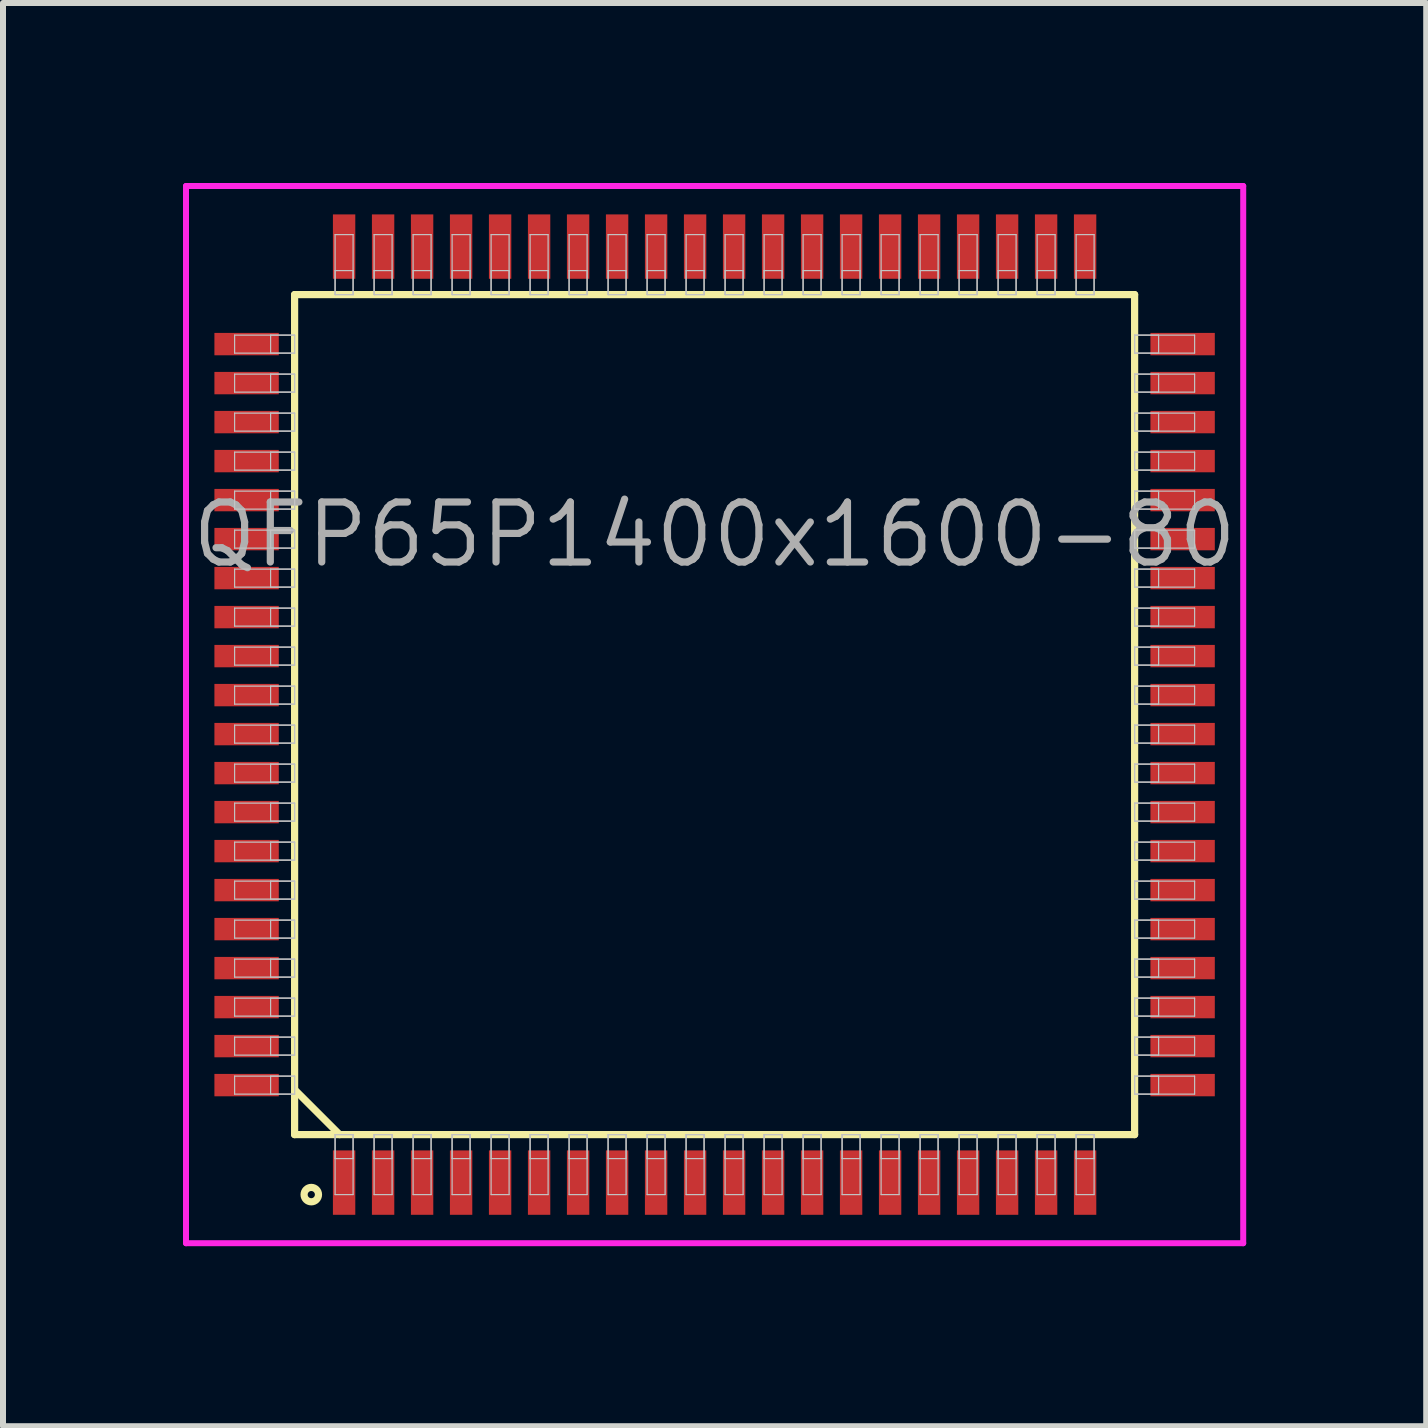
<source format=kicad_pcb>
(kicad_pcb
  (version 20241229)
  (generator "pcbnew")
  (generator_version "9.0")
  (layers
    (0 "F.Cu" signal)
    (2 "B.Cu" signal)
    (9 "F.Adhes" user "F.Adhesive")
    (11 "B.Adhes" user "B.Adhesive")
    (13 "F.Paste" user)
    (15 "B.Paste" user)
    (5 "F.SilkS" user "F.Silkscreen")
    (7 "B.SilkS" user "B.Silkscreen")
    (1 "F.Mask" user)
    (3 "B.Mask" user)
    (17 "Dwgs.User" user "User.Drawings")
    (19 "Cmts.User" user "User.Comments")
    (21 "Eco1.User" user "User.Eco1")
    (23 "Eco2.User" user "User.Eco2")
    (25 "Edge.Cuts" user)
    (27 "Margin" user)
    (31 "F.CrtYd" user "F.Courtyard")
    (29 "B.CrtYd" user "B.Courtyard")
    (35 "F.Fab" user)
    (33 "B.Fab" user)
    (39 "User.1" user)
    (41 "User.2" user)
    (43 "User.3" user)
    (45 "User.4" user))
  (footprint "QFP65P1400x1600-80"
    (layer "F.Cu")
    (at 8.86 8.86)
    (property "Reference" "QFP65P1400x1600-80" (at 0 -3 0) (layer "F.Fab") (effects (font (size 1 1) (thickness 0.12))))
    (attr through_hole)
    (fp_line (start -7 -7) (end -7 7) (stroke (width 0.12) (type solid)) (layer "F.SilkS"))
    (fp_line (start -7 6.25) (end -6.25 7) (stroke (width 0.12) (type solid)) (layer "F.SilkS"))
    (fp_line (start -7 7) (end 7 7) (stroke (width 0.12) (type solid)) (layer "F.SilkS"))
    (fp_line (start 7 -7) (end -7 -7) (stroke (width 0.12) (type solid)) (layer "F.SilkS"))
    (fp_line (start 7 7) (end 7 -7) (stroke (width 0.12) (type solid)) (layer "F.SilkS"))
    (fp_circle (center -6.722 8) (end -6.602 8) (stroke (width 0.12) (type solid)) (fill no) (layer "F.SilkS"))
    (fp_line (start -8 -6.325) (end -8 -6.025) (stroke (width 0.02) (type solid)) (layer "Dwgs.User"))
    (fp_line (start -8 -6.025) (end -7 -6.025) (stroke (width 0.02) (type solid)) (layer "Dwgs.User"))
    (fp_line (start -8 -5.675) (end -8 -5.375) (stroke (width 0.02) (type solid)) (layer "Dwgs.User"))
    (fp_line (start -8 -5.375) (end -7 -5.375) (stroke (width 0.02) (type solid)) (layer "Dwgs.User"))
    (fp_line (start -8 -5.025) (end -8 -4.725) (stroke (width 0.02) (type solid)) (layer "Dwgs.User"))
    (fp_line (start -8 -4.725) (end -7 -4.725) (stroke (width 0.02) (type solid)) (layer "Dwgs.User"))
    (fp_line (start -8 -4.375) (end -8 -4.075) (stroke (width 0.02) (type solid)) (layer "Dwgs.User"))
    (fp_line (start -8 -4.075) (end -7 -4.075) (stroke (width 0.02) (type solid)) (layer "Dwgs.User"))
    (fp_line (start -8 -3.725) (end -8 -3.425) (stroke (width 0.02) (type solid)) (layer "Dwgs.User"))
    (fp_line (start -8 -3.425) (end -7 -3.425) (stroke (width 0.02) (type solid)) (layer "Dwgs.User"))
    (fp_line (start -8 -3.075) (end -8 -2.775) (stroke (width 0.02) (type solid)) (layer "Dwgs.User"))
    (fp_line (start -8 -2.775) (end -7 -2.775) (stroke (width 0.02) (type solid)) (layer "Dwgs.User"))
    (fp_line (start -8 -2.425) (end -8 -2.125) (stroke (width 0.02) (type solid)) (layer "Dwgs.User"))
    (fp_line (start -8 -2.125) (end -7 -2.125) (stroke (width 0.02) (type solid)) (layer "Dwgs.User"))
    (fp_line (start -8 -1.775) (end -8 -1.475) (stroke (width 0.02) (type solid)) (layer "Dwgs.User"))
    (fp_line (start -8 -1.475) (end -7 -1.475) (stroke (width 0.02) (type solid)) (layer "Dwgs.User"))
    (fp_line (start -8 -1.125) (end -8 -0.825) (stroke (width 0.02) (type solid)) (layer "Dwgs.User"))
    (fp_line (start -8 -0.825) (end -7 -0.825) (stroke (width 0.02) (type solid)) (layer "Dwgs.User"))
    (fp_line (start -8 -0.475) (end -8 -0.175) (stroke (width 0.02) (type solid)) (layer "Dwgs.User"))
    (fp_line (start -8 -0.175) (end -7 -0.175) (stroke (width 0.02) (type solid)) (layer "Dwgs.User"))
    (fp_line (start -8 0.175) (end -8 0.475) (stroke (width 0.02) (type solid)) (layer "Dwgs.User"))
    (fp_line (start -8 0.475) (end -7 0.475) (stroke (width 0.02) (type solid)) (layer "Dwgs.User"))
    (fp_line (start -8 0.825) (end -8 1.125) (stroke (width 0.02) (type solid)) (layer "Dwgs.User"))
    (fp_line (start -8 1.125) (end -7 1.125) (stroke (width 0.02) (type solid)) (layer "Dwgs.User"))
    (fp_line (start -8 1.475) (end -8 1.775) (stroke (width 0.02) (type solid)) (layer "Dwgs.User"))
    (fp_line (start -8 1.775) (end -7 1.775) (stroke (width 0.02) (type solid)) (layer "Dwgs.User"))
    (fp_line (start -8 2.125) (end -8 2.425) (stroke (width 0.02) (type solid)) (layer "Dwgs.User"))
    (fp_line (start -8 2.425) (end -7 2.425) (stroke (width 0.02) (type solid)) (layer "Dwgs.User"))
    (fp_line (start -8 2.775) (end -8 3.075) (stroke (width 0.02) (type solid)) (layer "Dwgs.User"))
    (fp_line (start -8 3.075) (end -7 3.075) (stroke (width 0.02) (type solid)) (layer "Dwgs.User"))
    (fp_line (start -8 3.425) (end -8 3.725) (stroke (width 0.02) (type solid)) (layer "Dwgs.User"))
    (fp_line (start -8 3.725) (end -7 3.725) (stroke (width 0.02) (type solid)) (layer "Dwgs.User"))
    (fp_line (start -8 4.075) (end -8 4.375) (stroke (width 0.02) (type solid)) (layer "Dwgs.User"))
    (fp_line (start -8 4.375) (end -7 4.375) (stroke (width 0.02) (type solid)) (layer "Dwgs.User"))
    (fp_line (start -8 4.725) (end -8 5.025) (stroke (width 0.02) (type solid)) (layer "Dwgs.User"))
    (fp_line (start -8 5.025) (end -7 5.025) (stroke (width 0.02) (type solid)) (layer "Dwgs.User"))
    (fp_line (start -8 5.375) (end -8 5.675) (stroke (width 0.02) (type solid)) (layer "Dwgs.User"))
    (fp_line (start -8 5.675) (end -7 5.675) (stroke (width 0.02) (type solid)) (layer "Dwgs.User"))
    (fp_line (start -8 6.025) (end -8 6.325) (stroke (width 0.02) (type solid)) (layer "Dwgs.User"))
    (fp_line (start -8 6.325) (end -7 6.325) (stroke (width 0.02) (type solid)) (layer "Dwgs.User"))
    (fp_line (start -7.4 -6.325) (end -7.4 -6.025) (stroke (width 0.02) (type solid)) (layer "Dwgs.User"))
    (fp_line (start -7.4 -6.025) (end -7 -6.025) (stroke (width 0.02) (type solid)) (layer "Dwgs.User"))
    (fp_line (start -7.4 -5.675) (end -7.4 -5.375) (stroke (width 0.02) (type solid)) (layer "Dwgs.User"))
    (fp_line (start -7.4 -5.375) (end -7 -5.375) (stroke (width 0.02) (type solid)) (layer "Dwgs.User"))
    (fp_line (start -7.4 -5.025) (end -7.4 -4.725) (stroke (width 0.02) (type solid)) (layer "Dwgs.User"))
    (fp_line (start -7.4 -4.725) (end -7 -4.725) (stroke (width 0.02) (type solid)) (layer "Dwgs.User"))
    (fp_line (start -7.4 -4.375) (end -7.4 -4.075) (stroke (width 0.02) (type solid)) (layer "Dwgs.User"))
    (fp_line (start -7.4 -4.075) (end -7 -4.075) (stroke (width 0.02) (type solid)) (layer "Dwgs.User"))
    (fp_line (start -7.4 -3.725) (end -7.4 -3.425) (stroke (width 0.02) (type solid)) (layer "Dwgs.User"))
    (fp_line (start -7.4 -3.425) (end -7 -3.425) (stroke (width 0.02) (type solid)) (layer "Dwgs.User"))
    (fp_line (start -7.4 -3.075) (end -7.4 -2.775) (stroke (width 0.02) (type solid)) (layer "Dwgs.User"))
    (fp_line (start -7.4 -2.775) (end -7 -2.775) (stroke (width 0.02) (type solid)) (layer "Dwgs.User"))
    (fp_line (start -7.4 -2.425) (end -7.4 -2.125) (stroke (width 0.02) (type solid)) (layer "Dwgs.User"))
    (fp_line (start -7.4 -2.125) (end -7 -2.125) (stroke (width 0.02) (type solid)) (layer "Dwgs.User"))
    (fp_line (start -7.4 -1.775) (end -7.4 -1.475) (stroke (width 0.02) (type solid)) (layer "Dwgs.User"))
    (fp_line (start -7.4 -1.475) (end -7 -1.475) (stroke (width 0.02) (type solid)) (layer "Dwgs.User"))
    (fp_line (start -7.4 -1.125) (end -7.4 -0.825) (stroke (width 0.02) (type solid)) (layer "Dwgs.User"))
    (fp_line (start -7.4 -0.825) (end -7 -0.825) (stroke (width 0.02) (type solid)) (layer "Dwgs.User"))
    (fp_line (start -7.4 -0.475) (end -7.4 -0.175) (stroke (width 0.02) (type solid)) (layer "Dwgs.User"))
    (fp_line (start -7.4 -0.175) (end -7 -0.175) (stroke (width 0.02) (type solid)) (layer "Dwgs.User"))
    (fp_line (start -7.4 0.175) (end -7.4 0.475) (stroke (width 0.02) (type solid)) (layer "Dwgs.User"))
    (fp_line (start -7.4 0.475) (end -7 0.475) (stroke (width 0.02) (type solid)) (layer "Dwgs.User"))
    (fp_line (start -7.4 0.825) (end -7.4 1.125) (stroke (width 0.02) (type solid)) (layer "Dwgs.User"))
    (fp_line (start -7.4 1.125) (end -7 1.125) (stroke (width 0.02) (type solid)) (layer "Dwgs.User"))
    (fp_line (start -7.4 1.475) (end -7.4 1.775) (stroke (width 0.02) (type solid)) (layer "Dwgs.User"))
    (fp_line (start -7.4 1.775) (end -7 1.775) (stroke (width 0.02) (type solid)) (layer "Dwgs.User"))
    (fp_line (start -7.4 2.125) (end -7.4 2.425) (stroke (width 0.02) (type solid)) (layer "Dwgs.User"))
    (fp_line (start -7.4 2.425) (end -7 2.425) (stroke (width 0.02) (type solid)) (layer "Dwgs.User"))
    (fp_line (start -7.4 2.775) (end -7.4 3.075) (stroke (width 0.02) (type solid)) (layer "Dwgs.User"))
    (fp_line (start -7.4 3.075) (end -7 3.075) (stroke (width 0.02) (type solid)) (layer "Dwgs.User"))
    (fp_line (start -7.4 3.425) (end -7.4 3.725) (stroke (width 0.02) (type solid)) (layer "Dwgs.User"))
    (fp_line (start -7.4 3.725) (end -7 3.725) (stroke (width 0.02) (type solid)) (layer "Dwgs.User"))
    (fp_line (start -7.4 4.075) (end -7.4 4.375) (stroke (width 0.02) (type solid)) (layer "Dwgs.User"))
    (fp_line (start -7.4 4.375) (end -7 4.375) (stroke (width 0.02) (type solid)) (layer "Dwgs.User"))
    (fp_line (start -7.4 4.725) (end -7.4 5.025) (stroke (width 0.02) (type solid)) (layer "Dwgs.User"))
    (fp_line (start -7.4 5.025) (end -7 5.025) (stroke (width 0.02) (type solid)) (layer "Dwgs.User"))
    (fp_line (start -7.4 5.375) (end -7.4 5.675) (stroke (width 0.02) (type solid)) (layer "Dwgs.User"))
    (fp_line (start -7.4 5.675) (end -7 5.675) (stroke (width 0.02) (type solid)) (layer "Dwgs.User"))
    (fp_line (start -7.4 6.025) (end -7.4 6.325) (stroke (width 0.02) (type solid)) (layer "Dwgs.User"))
    (fp_line (start -7.4 6.325) (end -7 6.325) (stroke (width 0.02) (type solid)) (layer "Dwgs.User"))
    (fp_line (start -7 -6.325) (end -8 -6.325) (stroke (width 0.02) (type solid)) (layer "Dwgs.User"))
    (fp_line (start -7 -6.325) (end -7.4 -6.325) (stroke (width 0.02) (type solid)) (layer "Dwgs.User"))
    (fp_line (start -7 -6.025) (end -7 -6.325) (stroke (width 0.02) (type solid)) (layer "Dwgs.User"))
    (fp_line (start -7 -6.025) (end -7 -6.325) (stroke (width 0.02) (type solid)) (layer "Dwgs.User"))
    (fp_line (start -7 -5.675) (end -8 -5.675) (stroke (width 0.02) (type solid)) (layer "Dwgs.User"))
    (fp_line (start -7 -5.675) (end -7.4 -5.675) (stroke (width 0.02) (type solid)) (layer "Dwgs.User"))
    (fp_line (start -7 -5.375) (end -7 -5.675) (stroke (width 0.02) (type solid)) (layer "Dwgs.User"))
    (fp_line (start -7 -5.375) (end -7 -5.675) (stroke (width 0.02) (type solid)) (layer "Dwgs.User"))
    (fp_line (start -7 -5.025) (end -8 -5.025) (stroke (width 0.02) (type solid)) (layer "Dwgs.User"))
    (fp_line (start -7 -5.025) (end -7.4 -5.025) (stroke (width 0.02) (type solid)) (layer "Dwgs.User"))
    (fp_line (start -7 -4.725) (end -7 -5.025) (stroke (width 0.02) (type solid)) (layer "Dwgs.User"))
    (fp_line (start -7 -4.725) (end -7 -5.025) (stroke (width 0.02) (type solid)) (layer "Dwgs.User"))
    (fp_line (start -7 -4.375) (end -8 -4.375) (stroke (width 0.02) (type solid)) (layer "Dwgs.User"))
    (fp_line (start -7 -4.375) (end -7.4 -4.375) (stroke (width 0.02) (type solid)) (layer "Dwgs.User"))
    (fp_line (start -7 -4.075) (end -7 -4.375) (stroke (width 0.02) (type solid)) (layer "Dwgs.User"))
    (fp_line (start -7 -4.075) (end -7 -4.375) (stroke (width 0.02) (type solid)) (layer "Dwgs.User"))
    (fp_line (start -7 -3.725) (end -8 -3.725) (stroke (width 0.02) (type solid)) (layer "Dwgs.User"))
    (fp_line (start -7 -3.725) (end -7.4 -3.725) (stroke (width 0.02) (type solid)) (layer "Dwgs.User"))
    (fp_line (start -7 -3.425) (end -7 -3.725) (stroke (width 0.02) (type solid)) (layer "Dwgs.User"))
    (fp_line (start -7 -3.425) (end -7 -3.725) (stroke (width 0.02) (type solid)) (layer "Dwgs.User"))
    (fp_line (start -7 -3.075) (end -8 -3.075) (stroke (width 0.02) (type solid)) (layer "Dwgs.User"))
    (fp_line (start -7 -3.075) (end -7.4 -3.075) (stroke (width 0.02) (type solid)) (layer "Dwgs.User"))
    (fp_line (start -7 -2.775) (end -7 -3.075) (stroke (width 0.02) (type solid)) (layer "Dwgs.User"))
    (fp_line (start -7 -2.775) (end -7 -3.075) (stroke (width 0.02) (type solid)) (layer "Dwgs.User"))
    (fp_line (start -7 -2.425) (end -8 -2.425) (stroke (width 0.02) (type solid)) (layer "Dwgs.User"))
    (fp_line (start -7 -2.425) (end -7.4 -2.425) (stroke (width 0.02) (type solid)) (layer "Dwgs.User"))
    (fp_line (start -7 -2.125) (end -7 -2.425) (stroke (width 0.02) (type solid)) (layer "Dwgs.User"))
    (fp_line (start -7 -2.125) (end -7 -2.425) (stroke (width 0.02) (type solid)) (layer "Dwgs.User"))
    (fp_line (start -7 -1.775) (end -8 -1.775) (stroke (width 0.02) (type solid)) (layer "Dwgs.User"))
    (fp_line (start -7 -1.775) (end -7.4 -1.775) (stroke (width 0.02) (type solid)) (layer "Dwgs.User"))
    (fp_line (start -7 -1.475) (end -7 -1.775) (stroke (width 0.02) (type solid)) (layer "Dwgs.User"))
    (fp_line (start -7 -1.475) (end -7 -1.775) (stroke (width 0.02) (type solid)) (layer "Dwgs.User"))
    (fp_line (start -7 -1.125) (end -8 -1.125) (stroke (width 0.02) (type solid)) (layer "Dwgs.User"))
    (fp_line (start -7 -1.125) (end -7.4 -1.125) (stroke (width 0.02) (type solid)) (layer "Dwgs.User"))
    (fp_line (start -7 -0.825) (end -7 -1.125) (stroke (width 0.02) (type solid)) (layer "Dwgs.User"))
    (fp_line (start -7 -0.825) (end -7 -1.125) (stroke (width 0.02) (type solid)) (layer "Dwgs.User"))
    (fp_line (start -7 -0.475) (end -8 -0.475) (stroke (width 0.02) (type solid)) (layer "Dwgs.User"))
    (fp_line (start -7 -0.475) (end -7.4 -0.475) (stroke (width 0.02) (type solid)) (layer "Dwgs.User"))
    (fp_line (start -7 -0.175) (end -7 -0.475) (stroke (width 0.02) (type solid)) (layer "Dwgs.User"))
    (fp_line (start -7 -0.175) (end -7 -0.475) (stroke (width 0.02) (type solid)) (layer "Dwgs.User"))
    (fp_line (start -7 0.175) (end -8 0.175) (stroke (width 0.02) (type solid)) (layer "Dwgs.User"))
    (fp_line (start -7 0.175) (end -7.4 0.175) (stroke (width 0.02) (type solid)) (layer "Dwgs.User"))
    (fp_line (start -7 0.475) (end -7 0.175) (stroke (width 0.02) (type solid)) (layer "Dwgs.User"))
    (fp_line (start -7 0.475) (end -7 0.175) (stroke (width 0.02) (type solid)) (layer "Dwgs.User"))
    (fp_line (start -7 0.825) (end -8 0.825) (stroke (width 0.02) (type solid)) (layer "Dwgs.User"))
    (fp_line (start -7 0.825) (end -7.4 0.825) (stroke (width 0.02) (type solid)) (layer "Dwgs.User"))
    (fp_line (start -7 1.125) (end -7 0.825) (stroke (width 0.02) (type solid)) (layer "Dwgs.User"))
    (fp_line (start -7 1.125) (end -7 0.825) (stroke (width 0.02) (type solid)) (layer "Dwgs.User"))
    (fp_line (start -7 1.475) (end -8 1.475) (stroke (width 0.02) (type solid)) (layer "Dwgs.User"))
    (fp_line (start -7 1.475) (end -7.4 1.475) (stroke (width 0.02) (type solid)) (layer "Dwgs.User"))
    (fp_line (start -7 1.775) (end -7 1.475) (stroke (width 0.02) (type solid)) (layer "Dwgs.User"))
    (fp_line (start -7 1.775) (end -7 1.475) (stroke (width 0.02) (type solid)) (layer "Dwgs.User"))
    (fp_line (start -7 2.125) (end -8 2.125) (stroke (width 0.02) (type solid)) (layer "Dwgs.User"))
    (fp_line (start -7 2.125) (end -7.4 2.125) (stroke (width 0.02) (type solid)) (layer "Dwgs.User"))
    (fp_line (start -7 2.425) (end -7 2.125) (stroke (width 0.02) (type solid)) (layer "Dwgs.User"))
    (fp_line (start -7 2.425) (end -7 2.125) (stroke (width 0.02) (type solid)) (layer "Dwgs.User"))
    (fp_line (start -7 2.775) (end -8 2.775) (stroke (width 0.02) (type solid)) (layer "Dwgs.User"))
    (fp_line (start -7 2.775) (end -7.4 2.775) (stroke (width 0.02) (type solid)) (layer "Dwgs.User"))
    (fp_line (start -7 3.075) (end -7 2.775) (stroke (width 0.02) (type solid)) (layer "Dwgs.User"))
    (fp_line (start -7 3.075) (end -7 2.775) (stroke (width 0.02) (type solid)) (layer "Dwgs.User"))
    (fp_line (start -7 3.425) (end -8 3.425) (stroke (width 0.02) (type solid)) (layer "Dwgs.User"))
    (fp_line (start -7 3.425) (end -7.4 3.425) (stroke (width 0.02) (type solid)) (layer "Dwgs.User"))
    (fp_line (start -7 3.725) (end -7 3.425) (stroke (width 0.02) (type solid)) (layer "Dwgs.User"))
    (fp_line (start -7 3.725) (end -7 3.425) (stroke (width 0.02) (type solid)) (layer "Dwgs.User"))
    (fp_line (start -7 4.075) (end -8 4.075) (stroke (width 0.02) (type solid)) (layer "Dwgs.User"))
    (fp_line (start -7 4.075) (end -7.4 4.075) (stroke (width 0.02) (type solid)) (layer "Dwgs.User"))
    (fp_line (start -7 4.375) (end -7 4.075) (stroke (width 0.02) (type solid)) (layer "Dwgs.User"))
    (fp_line (start -7 4.375) (end -7 4.075) (stroke (width 0.02) (type solid)) (layer "Dwgs.User"))
    (fp_line (start -7 4.725) (end -8 4.725) (stroke (width 0.02) (type solid)) (layer "Dwgs.User"))
    (fp_line (start -7 4.725) (end -7.4 4.725) (stroke (width 0.02) (type solid)) (layer "Dwgs.User"))
    (fp_line (start -7 5.025) (end -7 4.725) (stroke (width 0.02) (type solid)) (layer "Dwgs.User"))
    (fp_line (start -7 5.025) (end -7 4.725) (stroke (width 0.02) (type solid)) (layer "Dwgs.User"))
    (fp_line (start -7 5.375) (end -8 5.375) (stroke (width 0.02) (type solid)) (layer "Dwgs.User"))
    (fp_line (start -7 5.375) (end -7.4 5.375) (stroke (width 0.02) (type solid)) (layer "Dwgs.User"))
    (fp_line (start -7 5.675) (end -7 5.375) (stroke (width 0.02) (type solid)) (layer "Dwgs.User"))
    (fp_line (start -7 5.675) (end -7 5.375) (stroke (width 0.02) (type solid)) (layer "Dwgs.User"))
    (fp_line (start -7 6.025) (end -8 6.025) (stroke (width 0.02) (type solid)) (layer "Dwgs.User"))
    (fp_line (start -7 6.025) (end -7.4 6.025) (stroke (width 0.02) (type solid)) (layer "Dwgs.User"))
    (fp_line (start -7 6.325) (end -7 6.025) (stroke (width 0.02) (type solid)) (layer "Dwgs.User"))
    (fp_line (start -7 6.325) (end -7 6.025) (stroke (width 0.02) (type solid)) (layer "Dwgs.User"))
    (fp_line (start -6.325 -8) (end -6.325 -7) (stroke (width 0.02) (type solid)) (layer "Dwgs.User"))
    (fp_line (start -6.325 -7.4) (end -6.325 -7) (stroke (width 0.02) (type solid)) (layer "Dwgs.User"))
    (fp_line (start -6.325 -7) (end -6.025 -7) (stroke (width 0.02) (type solid)) (layer "Dwgs.User"))
    (fp_line (start -6.325 -7) (end -6.025 -7) (stroke (width 0.02) (type solid)) (layer "Dwgs.User"))
    (fp_line (start -6.325 7) (end -6.025 7) (stroke (width 0.02) (type solid)) (layer "Dwgs.User"))
    (fp_line (start -6.325 7) (end -6.025 7) (stroke (width 0.02) (type solid)) (layer "Dwgs.User"))
    (fp_line (start -6.325 7.4) (end -6.325 7) (stroke (width 0.02) (type solid)) (layer "Dwgs.User"))
    (fp_line (start -6.325 8) (end -6.325 7) (stroke (width 0.02) (type solid)) (layer "Dwgs.User"))
    (fp_line (start -6.025 -8) (end -6.325 -8) (stroke (width 0.02) (type solid)) (layer "Dwgs.User"))
    (fp_line (start -6.025 -7.4) (end -6.325 -7.4) (stroke (width 0.02) (type solid)) (layer "Dwgs.User"))
    (fp_line (start -6.025 -7) (end -6.025 -8) (stroke (width 0.02) (type solid)) (layer "Dwgs.User"))
    (fp_line (start -6.025 -7) (end -6.025 -7.4) (stroke (width 0.02) (type solid)) (layer "Dwgs.User"))
    (fp_line (start -6.025 7) (end -6.025 7.4) (stroke (width 0.02) (type solid)) (layer "Dwgs.User"))
    (fp_line (start -6.025 7) (end -6.025 8) (stroke (width 0.02) (type solid)) (layer "Dwgs.User"))
    (fp_line (start -6.025 7.4) (end -6.325 7.4) (stroke (width 0.02) (type solid)) (layer "Dwgs.User"))
    (fp_line (start -6.025 8) (end -6.325 8) (stroke (width 0.02) (type solid)) (layer "Dwgs.User"))
    (fp_line (start -5.675 -8) (end -5.675 -7) (stroke (width 0.02) (type solid)) (layer "Dwgs.User"))
    (fp_line (start -5.675 -7.4) (end -5.675 -7) (stroke (width 0.02) (type solid)) (layer "Dwgs.User"))
    (fp_line (start -5.675 -7) (end -5.375 -7) (stroke (width 0.02) (type solid)) (layer "Dwgs.User"))
    (fp_line (start -5.675 -7) (end -5.375 -7) (stroke (width 0.02) (type solid)) (layer "Dwgs.User"))
    (fp_line (start -5.675 7) (end -5.375 7) (stroke (width 0.02) (type solid)) (layer "Dwgs.User"))
    (fp_line (start -5.675 7) (end -5.375 7) (stroke (width 0.02) (type solid)) (layer "Dwgs.User"))
    (fp_line (start -5.675 7.4) (end -5.675 7) (stroke (width 0.02) (type solid)) (layer "Dwgs.User"))
    (fp_line (start -5.675 8) (end -5.675 7) (stroke (width 0.02) (type solid)) (layer "Dwgs.User"))
    (fp_line (start -5.375 -8) (end -5.675 -8) (stroke (width 0.02) (type solid)) (layer "Dwgs.User"))
    (fp_line (start -5.375 -7.4) (end -5.675 -7.4) (stroke (width 0.02) (type solid)) (layer "Dwgs.User"))
    (fp_line (start -5.375 -7) (end -5.375 -8) (stroke (width 0.02) (type solid)) (layer "Dwgs.User"))
    (fp_line (start -5.375 -7) (end -5.375 -7.4) (stroke (width 0.02) (type solid)) (layer "Dwgs.User"))
    (fp_line (start -5.375 7) (end -5.375 7.4) (stroke (width 0.02) (type solid)) (layer "Dwgs.User"))
    (fp_line (start -5.375 7) (end -5.375 8) (stroke (width 0.02) (type solid)) (layer "Dwgs.User"))
    (fp_line (start -5.375 7.4) (end -5.675 7.4) (stroke (width 0.02) (type solid)) (layer "Dwgs.User"))
    (fp_line (start -5.375 8) (end -5.675 8) (stroke (width 0.02) (type solid)) (layer "Dwgs.User"))
    (fp_line (start -5.025 -8) (end -5.025 -7) (stroke (width 0.02) (type solid)) (layer "Dwgs.User"))
    (fp_line (start -5.025 -7.4) (end -5.025 -7) (stroke (width 0.02) (type solid)) (layer "Dwgs.User"))
    (fp_line (start -5.025 -7) (end -4.725 -7) (stroke (width 0.02) (type solid)) (layer "Dwgs.User"))
    (fp_line (start -5.025 -7) (end -4.725 -7) (stroke (width 0.02) (type solid)) (layer "Dwgs.User"))
    (fp_line (start -5.025 7) (end -4.725 7) (stroke (width 0.02) (type solid)) (layer "Dwgs.User"))
    (fp_line (start -5.025 7) (end -4.725 7) (stroke (width 0.02) (type solid)) (layer "Dwgs.User"))
    (fp_line (start -5.025 7.4) (end -5.025 7) (stroke (width 0.02) (type solid)) (layer "Dwgs.User"))
    (fp_line (start -5.025 8) (end -5.025 7) (stroke (width 0.02) (type solid)) (layer "Dwgs.User"))
    (fp_line (start -4.725 -8) (end -5.025 -8) (stroke (width 0.02) (type solid)) (layer "Dwgs.User"))
    (fp_line (start -4.725 -7.4) (end -5.025 -7.4) (stroke (width 0.02) (type solid)) (layer "Dwgs.User"))
    (fp_line (start -4.725 -7) (end -4.725 -8) (stroke (width 0.02) (type solid)) (layer "Dwgs.User"))
    (fp_line (start -4.725 -7) (end -4.725 -7.4) (stroke (width 0.02) (type solid)) (layer "Dwgs.User"))
    (fp_line (start -4.725 7) (end -4.725 7.4) (stroke (width 0.02) (type solid)) (layer "Dwgs.User"))
    (fp_line (start -4.725 7) (end -4.725 8) (stroke (width 0.02) (type solid)) (layer "Dwgs.User"))
    (fp_line (start -4.725 7.4) (end -5.025 7.4) (stroke (width 0.02) (type solid)) (layer "Dwgs.User"))
    (fp_line (start -4.725 8) (end -5.025 8) (stroke (width 0.02) (type solid)) (layer "Dwgs.User"))
    (fp_line (start -4.375 -8) (end -4.375 -7) (stroke (width 0.02) (type solid)) (layer "Dwgs.User"))
    (fp_line (start -4.375 -7.4) (end -4.375 -7) (stroke (width 0.02) (type solid)) (layer "Dwgs.User"))
    (fp_line (start -4.375 -7) (end -4.075 -7) (stroke (width 0.02) (type solid)) (layer "Dwgs.User"))
    (fp_line (start -4.375 -7) (end -4.075 -7) (stroke (width 0.02) (type solid)) (layer "Dwgs.User"))
    (fp_line (start -4.375 7) (end -4.075 7) (stroke (width 0.02) (type solid)) (layer "Dwgs.User"))
    (fp_line (start -4.375 7) (end -4.075 7) (stroke (width 0.02) (type solid)) (layer "Dwgs.User"))
    (fp_line (start -4.375 7.4) (end -4.375 7) (stroke (width 0.02) (type solid)) (layer "Dwgs.User"))
    (fp_line (start -4.375 8) (end -4.375 7) (stroke (width 0.02) (type solid)) (layer "Dwgs.User"))
    (fp_line (start -4.075 -8) (end -4.375 -8) (stroke (width 0.02) (type solid)) (layer "Dwgs.User"))
    (fp_line (start -4.075 -7.4) (end -4.375 -7.4) (stroke (width 0.02) (type solid)) (layer "Dwgs.User"))
    (fp_line (start -4.075 -7) (end -4.075 -8) (stroke (width 0.02) (type solid)) (layer "Dwgs.User"))
    (fp_line (start -4.075 -7) (end -4.075 -7.4) (stroke (width 0.02) (type solid)) (layer "Dwgs.User"))
    (fp_line (start -4.075 7) (end -4.075 7.4) (stroke (width 0.02) (type solid)) (layer "Dwgs.User"))
    (fp_line (start -4.075 7) (end -4.075 8) (stroke (width 0.02) (type solid)) (layer "Dwgs.User"))
    (fp_line (start -4.075 7.4) (end -4.375 7.4) (stroke (width 0.02) (type solid)) (layer "Dwgs.User"))
    (fp_line (start -4.075 8) (end -4.375 8) (stroke (width 0.02) (type solid)) (layer "Dwgs.User"))
    (fp_line (start -3.725 -8) (end -3.725 -7) (stroke (width 0.02) (type solid)) (layer "Dwgs.User"))
    (fp_line (start -3.725 -7.4) (end -3.725 -7) (stroke (width 0.02) (type solid)) (layer "Dwgs.User"))
    (fp_line (start -3.725 -7) (end -3.425 -7) (stroke (width 0.02) (type solid)) (layer "Dwgs.User"))
    (fp_line (start -3.725 -7) (end -3.425 -7) (stroke (width 0.02) (type solid)) (layer "Dwgs.User"))
    (fp_line (start -3.725 7) (end -3.425 7) (stroke (width 0.02) (type solid)) (layer "Dwgs.User"))
    (fp_line (start -3.725 7) (end -3.425 7) (stroke (width 0.02) (type solid)) (layer "Dwgs.User"))
    (fp_line (start -3.725 7.4) (end -3.725 7) (stroke (width 0.02) (type solid)) (layer "Dwgs.User"))
    (fp_line (start -3.725 8) (end -3.725 7) (stroke (width 0.02) (type solid)) (layer "Dwgs.User"))
    (fp_line (start -3.425 -8) (end -3.725 -8) (stroke (width 0.02) (type solid)) (layer "Dwgs.User"))
    (fp_line (start -3.425 -7.4) (end -3.725 -7.4) (stroke (width 0.02) (type solid)) (layer "Dwgs.User"))
    (fp_line (start -3.425 -7) (end -3.425 -8) (stroke (width 0.02) (type solid)) (layer "Dwgs.User"))
    (fp_line (start -3.425 -7) (end -3.425 -7.4) (stroke (width 0.02) (type solid)) (layer "Dwgs.User"))
    (fp_line (start -3.425 7) (end -3.425 7.4) (stroke (width 0.02) (type solid)) (layer "Dwgs.User"))
    (fp_line (start -3.425 7) (end -3.425 8) (stroke (width 0.02) (type solid)) (layer "Dwgs.User"))
    (fp_line (start -3.425 7.4) (end -3.725 7.4) (stroke (width 0.02) (type solid)) (layer "Dwgs.User"))
    (fp_line (start -3.425 8) (end -3.725 8) (stroke (width 0.02) (type solid)) (layer "Dwgs.User"))
    (fp_line (start -3.075 -8) (end -3.075 -7) (stroke (width 0.02) (type solid)) (layer "Dwgs.User"))
    (fp_line (start -3.075 -7.4) (end -3.075 -7) (stroke (width 0.02) (type solid)) (layer "Dwgs.User"))
    (fp_line (start -3.075 -7) (end -2.775 -7) (stroke (width 0.02) (type solid)) (layer "Dwgs.User"))
    (fp_line (start -3.075 -7) (end -2.775 -7) (stroke (width 0.02) (type solid)) (layer "Dwgs.User"))
    (fp_line (start -3.075 7) (end -2.775 7) (stroke (width 0.02) (type solid)) (layer "Dwgs.User"))
    (fp_line (start -3.075 7) (end -2.775 7) (stroke (width 0.02) (type solid)) (layer "Dwgs.User"))
    (fp_line (start -3.075 7.4) (end -3.075 7) (stroke (width 0.02) (type solid)) (layer "Dwgs.User"))
    (fp_line (start -3.075 8) (end -3.075 7) (stroke (width 0.02) (type solid)) (layer "Dwgs.User"))
    (fp_line (start -2.775 -8) (end -3.075 -8) (stroke (width 0.02) (type solid)) (layer "Dwgs.User"))
    (fp_line (start -2.775 -7.4) (end -3.075 -7.4) (stroke (width 0.02) (type solid)) (layer "Dwgs.User"))
    (fp_line (start -2.775 -7) (end -2.775 -8) (stroke (width 0.02) (type solid)) (layer "Dwgs.User"))
    (fp_line (start -2.775 -7) (end -2.775 -7.4) (stroke (width 0.02) (type solid)) (layer "Dwgs.User"))
    (fp_line (start -2.775 7) (end -2.775 7.4) (stroke (width 0.02) (type solid)) (layer "Dwgs.User"))
    (fp_line (start -2.775 7) (end -2.775 8) (stroke (width 0.02) (type solid)) (layer "Dwgs.User"))
    (fp_line (start -2.775 7.4) (end -3.075 7.4) (stroke (width 0.02) (type solid)) (layer "Dwgs.User"))
    (fp_line (start -2.775 8) (end -3.075 8) (stroke (width 0.02) (type solid)) (layer "Dwgs.User"))
    (fp_line (start -2.425 -8) (end -2.425 -7) (stroke (width 0.02) (type solid)) (layer "Dwgs.User"))
    (fp_line (start -2.425 -7.4) (end -2.425 -7) (stroke (width 0.02) (type solid)) (layer "Dwgs.User"))
    (fp_line (start -2.425 -7) (end -2.125 -7) (stroke (width 0.02) (type solid)) (layer "Dwgs.User"))
    (fp_line (start -2.425 -7) (end -2.125 -7) (stroke (width 0.02) (type solid)) (layer "Dwgs.User"))
    (fp_line (start -2.425 7) (end -2.125 7) (stroke (width 0.02) (type solid)) (layer "Dwgs.User"))
    (fp_line (start -2.425 7) (end -2.125 7) (stroke (width 0.02) (type solid)) (layer "Dwgs.User"))
    (fp_line (start -2.425 7.4) (end -2.425 7) (stroke (width 0.02) (type solid)) (layer "Dwgs.User"))
    (fp_line (start -2.425 8) (end -2.425 7) (stroke (width 0.02) (type solid)) (layer "Dwgs.User"))
    (fp_line (start -2.125 -8) (end -2.425 -8) (stroke (width 0.02) (type solid)) (layer "Dwgs.User"))
    (fp_line (start -2.125 -7.4) (end -2.425 -7.4) (stroke (width 0.02) (type solid)) (layer "Dwgs.User"))
    (fp_line (start -2.125 -7) (end -2.125 -8) (stroke (width 0.02) (type solid)) (layer "Dwgs.User"))
    (fp_line (start -2.125 -7) (end -2.125 -7.4) (stroke (width 0.02) (type solid)) (layer "Dwgs.User"))
    (fp_line (start -2.125 7) (end -2.125 7.4) (stroke (width 0.02) (type solid)) (layer "Dwgs.User"))
    (fp_line (start -2.125 7) (end -2.125 8) (stroke (width 0.02) (type solid)) (layer "Dwgs.User"))
    (fp_line (start -2.125 7.4) (end -2.425 7.4) (stroke (width 0.02) (type solid)) (layer "Dwgs.User"))
    (fp_line (start -2.125 8) (end -2.425 8) (stroke (width 0.02) (type solid)) (layer "Dwgs.User"))
    (fp_line (start -1.775 -8) (end -1.775 -7) (stroke (width 0.02) (type solid)) (layer "Dwgs.User"))
    (fp_line (start -1.775 -7.4) (end -1.775 -7) (stroke (width 0.02) (type solid)) (layer "Dwgs.User"))
    (fp_line (start -1.775 -7) (end -1.475 -7) (stroke (width 0.02) (type solid)) (layer "Dwgs.User"))
    (fp_line (start -1.775 -7) (end -1.475 -7) (stroke (width 0.02) (type solid)) (layer "Dwgs.User"))
    (fp_line (start -1.775 7) (end -1.475 7) (stroke (width 0.02) (type solid)) (layer "Dwgs.User"))
    (fp_line (start -1.775 7) (end -1.475 7) (stroke (width 0.02) (type solid)) (layer "Dwgs.User"))
    (fp_line (start -1.775 7.4) (end -1.775 7) (stroke (width 0.02) (type solid)) (layer "Dwgs.User"))
    (fp_line (start -1.775 8) (end -1.775 7) (stroke (width 0.02) (type solid)) (layer "Dwgs.User"))
    (fp_line (start -1.475 -8) (end -1.775 -8) (stroke (width 0.02) (type solid)) (layer "Dwgs.User"))
    (fp_line (start -1.475 -7.4) (end -1.775 -7.4) (stroke (width 0.02) (type solid)) (layer "Dwgs.User"))
    (fp_line (start -1.475 -7) (end -1.475 -8) (stroke (width 0.02) (type solid)) (layer "Dwgs.User"))
    (fp_line (start -1.475 -7) (end -1.475 -7.4) (stroke (width 0.02) (type solid)) (layer "Dwgs.User"))
    (fp_line (start -1.475 7) (end -1.475 7.4) (stroke (width 0.02) (type solid)) (layer "Dwgs.User"))
    (fp_line (start -1.475 7) (end -1.475 8) (stroke (width 0.02) (type solid)) (layer "Dwgs.User"))
    (fp_line (start -1.475 7.4) (end -1.775 7.4) (stroke (width 0.02) (type solid)) (layer "Dwgs.User"))
    (fp_line (start -1.475 8) (end -1.775 8) (stroke (width 0.02) (type solid)) (layer "Dwgs.User"))
    (fp_line (start -1.125 -8) (end -1.125 -7) (stroke (width 0.02) (type solid)) (layer "Dwgs.User"))
    (fp_line (start -1.125 -7.4) (end -1.125 -7) (stroke (width 0.02) (type solid)) (layer "Dwgs.User"))
    (fp_line (start -1.125 -7) (end -0.825 -7) (stroke (width 0.02) (type solid)) (layer "Dwgs.User"))
    (fp_line (start -1.125 -7) (end -0.825 -7) (stroke (width 0.02) (type solid)) (layer "Dwgs.User"))
    (fp_line (start -1.125 7) (end -0.825 7) (stroke (width 0.02) (type solid)) (layer "Dwgs.User"))
    (fp_line (start -1.125 7) (end -0.825 7) (stroke (width 0.02) (type solid)) (layer "Dwgs.User"))
    (fp_line (start -1.125 7.4) (end -1.125 7) (stroke (width 0.02) (type solid)) (layer "Dwgs.User"))
    (fp_line (start -1.125 8) (end -1.125 7) (stroke (width 0.02) (type solid)) (layer "Dwgs.User"))
    (fp_line (start -0.825 -8) (end -1.125 -8) (stroke (width 0.02) (type solid)) (layer "Dwgs.User"))
    (fp_line (start -0.825 -7.4) (end -1.125 -7.4) (stroke (width 0.02) (type solid)) (layer "Dwgs.User"))
    (fp_line (start -0.825 -7) (end -0.825 -8) (stroke (width 0.02) (type solid)) (layer "Dwgs.User"))
    (fp_line (start -0.825 -7) (end -0.825 -7.4) (stroke (width 0.02) (type solid)) (layer "Dwgs.User"))
    (fp_line (start -0.825 7) (end -0.825 7.4) (stroke (width 0.02) (type solid)) (layer "Dwgs.User"))
    (fp_line (start -0.825 7) (end -0.825 8) (stroke (width 0.02) (type solid)) (layer "Dwgs.User"))
    (fp_line (start -0.825 7.4) (end -1.125 7.4) (stroke (width 0.02) (type solid)) (layer "Dwgs.User"))
    (fp_line (start -0.825 8) (end -1.125 8) (stroke (width 0.02) (type solid)) (layer "Dwgs.User"))
    (fp_line (start -0.475 -8) (end -0.475 -7) (stroke (width 0.02) (type solid)) (layer "Dwgs.User"))
    (fp_line (start -0.475 -7.4) (end -0.475 -7) (stroke (width 0.02) (type solid)) (layer "Dwgs.User"))
    (fp_line (start -0.475 -7) (end -0.175 -7) (stroke (width 0.02) (type solid)) (layer "Dwgs.User"))
    (fp_line (start -0.475 -7) (end -0.175 -7) (stroke (width 0.02) (type solid)) (layer "Dwgs.User"))
    (fp_line (start -0.475 7) (end -0.175 7) (stroke (width 0.02) (type solid)) (layer "Dwgs.User"))
    (fp_line (start -0.475 7) (end -0.175 7) (stroke (width 0.02) (type solid)) (layer "Dwgs.User"))
    (fp_line (start -0.475 7.4) (end -0.475 7) (stroke (width 0.02) (type solid)) (layer "Dwgs.User"))
    (fp_line (start -0.475 8) (end -0.475 7) (stroke (width 0.02) (type solid)) (layer "Dwgs.User"))
    (fp_line (start -0.175 -8) (end -0.475 -8) (stroke (width 0.02) (type solid)) (layer "Dwgs.User"))
    (fp_line (start -0.175 -7.4) (end -0.475 -7.4) (stroke (width 0.02) (type solid)) (layer "Dwgs.User"))
    (fp_line (start -0.175 -7) (end -0.175 -8) (stroke (width 0.02) (type solid)) (layer "Dwgs.User"))
    (fp_line (start -0.175 -7) (end -0.175 -7.4) (stroke (width 0.02) (type solid)) (layer "Dwgs.User"))
    (fp_line (start -0.175 7) (end -0.175 7.4) (stroke (width 0.02) (type solid)) (layer "Dwgs.User"))
    (fp_line (start -0.175 7) (end -0.175 8) (stroke (width 0.02) (type solid)) (layer "Dwgs.User"))
    (fp_line (start -0.175 7.4) (end -0.475 7.4) (stroke (width 0.02) (type solid)) (layer "Dwgs.User"))
    (fp_line (start -0.175 8) (end -0.475 8) (stroke (width 0.02) (type solid)) (layer "Dwgs.User"))
    (fp_line (start 0.175 -8) (end 0.175 -7) (stroke (width 0.02) (type solid)) (layer "Dwgs.User"))
    (fp_line (start 0.175 -7.4) (end 0.175 -7) (stroke (width 0.02) (type solid)) (layer "Dwgs.User"))
    (fp_line (start 0.175 -7) (end 0.475 -7) (stroke (width 0.02) (type solid)) (layer "Dwgs.User"))
    (fp_line (start 0.175 -7) (end 0.475 -7) (stroke (width 0.02) (type solid)) (layer "Dwgs.User"))
    (fp_line (start 0.175 7) (end 0.475 7) (stroke (width 0.02) (type solid)) (layer "Dwgs.User"))
    (fp_line (start 0.175 7) (end 0.475 7) (stroke (width 0.02) (type solid)) (layer "Dwgs.User"))
    (fp_line (start 0.175 7.4) (end 0.175 7) (stroke (width 0.02) (type solid)) (layer "Dwgs.User"))
    (fp_line (start 0.175 8) (end 0.175 7) (stroke (width 0.02) (type solid)) (layer "Dwgs.User"))
    (fp_line (start 0.475 -8) (end 0.175 -8) (stroke (width 0.02) (type solid)) (layer "Dwgs.User"))
    (fp_line (start 0.475 -7.4) (end 0.175 -7.4) (stroke (width 0.02) (type solid)) (layer "Dwgs.User"))
    (fp_line (start 0.475 -7) (end 0.475 -8) (stroke (width 0.02) (type solid)) (layer "Dwgs.User"))
    (fp_line (start 0.475 -7) (end 0.475 -7.4) (stroke (width 0.02) (type solid)) (layer "Dwgs.User"))
    (fp_line (start 0.475 7) (end 0.475 7.4) (stroke (width 0.02) (type solid)) (layer "Dwgs.User"))
    (fp_line (start 0.475 7) (end 0.475 8) (stroke (width 0.02) (type solid)) (layer "Dwgs.User"))
    (fp_line (start 0.475 7.4) (end 0.175 7.4) (stroke (width 0.02) (type solid)) (layer "Dwgs.User"))
    (fp_line (start 0.475 8) (end 0.175 8) (stroke (width 0.02) (type solid)) (layer "Dwgs.User"))
    (fp_line (start 0.825 -8) (end 0.825 -7) (stroke (width 0.02) (type solid)) (layer "Dwgs.User"))
    (fp_line (start 0.825 -7.4) (end 0.825 -7) (stroke (width 0.02) (type solid)) (layer "Dwgs.User"))
    (fp_line (start 0.825 -7) (end 1.125 -7) (stroke (width 0.02) (type solid)) (layer "Dwgs.User"))
    (fp_line (start 0.825 -7) (end 1.125 -7) (stroke (width 0.02) (type solid)) (layer "Dwgs.User"))
    (fp_line (start 0.825 7) (end 1.125 7) (stroke (width 0.02) (type solid)) (layer "Dwgs.User"))
    (fp_line (start 0.825 7) (end 1.125 7) (stroke (width 0.02) (type solid)) (layer "Dwgs.User"))
    (fp_line (start 0.825 7.4) (end 0.825 7) (stroke (width 0.02) (type solid)) (layer "Dwgs.User"))
    (fp_line (start 0.825 8) (end 0.825 7) (stroke (width 0.02) (type solid)) (layer "Dwgs.User"))
    (fp_line (start 1.125 -8) (end 0.825 -8) (stroke (width 0.02) (type solid)) (layer "Dwgs.User"))
    (fp_line (start 1.125 -7.4) (end 0.825 -7.4) (stroke (width 0.02) (type solid)) (layer "Dwgs.User"))
    (fp_line (start 1.125 -7) (end 1.125 -8) (stroke (width 0.02) (type solid)) (layer "Dwgs.User"))
    (fp_line (start 1.125 -7) (end 1.125 -7.4) (stroke (width 0.02) (type solid)) (layer "Dwgs.User"))
    (fp_line (start 1.125 7) (end 1.125 7.4) (stroke (width 0.02) (type solid)) (layer "Dwgs.User"))
    (fp_line (start 1.125 7) (end 1.125 8) (stroke (width 0.02) (type solid)) (layer "Dwgs.User"))
    (fp_line (start 1.125 7.4) (end 0.825 7.4) (stroke (width 0.02) (type solid)) (layer "Dwgs.User"))
    (fp_line (start 1.125 8) (end 0.825 8) (stroke (width 0.02) (type solid)) (layer "Dwgs.User"))
    (fp_line (start 1.475 -8) (end 1.475 -7) (stroke (width 0.02) (type solid)) (layer "Dwgs.User"))
    (fp_line (start 1.475 -7.4) (end 1.475 -7) (stroke (width 0.02) (type solid)) (layer "Dwgs.User"))
    (fp_line (start 1.475 -7) (end 1.775 -7) (stroke (width 0.02) (type solid)) (layer "Dwgs.User"))
    (fp_line (start 1.475 -7) (end 1.775 -7) (stroke (width 0.02) (type solid)) (layer "Dwgs.User"))
    (fp_line (start 1.475 7) (end 1.775 7) (stroke (width 0.02) (type solid)) (layer "Dwgs.User"))
    (fp_line (start 1.475 7) (end 1.775 7) (stroke (width 0.02) (type solid)) (layer "Dwgs.User"))
    (fp_line (start 1.475 7.4) (end 1.475 7) (stroke (width 0.02) (type solid)) (layer "Dwgs.User"))
    (fp_line (start 1.475 8) (end 1.475 7) (stroke (width 0.02) (type solid)) (layer "Dwgs.User"))
    (fp_line (start 1.775 -8) (end 1.475 -8) (stroke (width 0.02) (type solid)) (layer "Dwgs.User"))
    (fp_line (start 1.775 -7.4) (end 1.475 -7.4) (stroke (width 0.02) (type solid)) (layer "Dwgs.User"))
    (fp_line (start 1.775 -7) (end 1.775 -8) (stroke (width 0.02) (type solid)) (layer "Dwgs.User"))
    (fp_line (start 1.775 -7) (end 1.775 -7.4) (stroke (width 0.02) (type solid)) (layer "Dwgs.User"))
    (fp_line (start 1.775 7) (end 1.775 7.4) (stroke (width 0.02) (type solid)) (layer "Dwgs.User"))
    (fp_line (start 1.775 7) (end 1.775 8) (stroke (width 0.02) (type solid)) (layer "Dwgs.User"))
    (fp_line (start 1.775 7.4) (end 1.475 7.4) (stroke (width 0.02) (type solid)) (layer "Dwgs.User"))
    (fp_line (start 1.775 8) (end 1.475 8) (stroke (width 0.02) (type solid)) (layer "Dwgs.User"))
    (fp_line (start 2.125 -8) (end 2.125 -7) (stroke (width 0.02) (type solid)) (layer "Dwgs.User"))
    (fp_line (start 2.125 -7.4) (end 2.125 -7) (stroke (width 0.02) (type solid)) (layer "Dwgs.User"))
    (fp_line (start 2.125 -7) (end 2.425 -7) (stroke (width 0.02) (type solid)) (layer "Dwgs.User"))
    (fp_line (start 2.125 -7) (end 2.425 -7) (stroke (width 0.02) (type solid)) (layer "Dwgs.User"))
    (fp_line (start 2.125 7) (end 2.425 7) (stroke (width 0.02) (type solid)) (layer "Dwgs.User"))
    (fp_line (start 2.125 7) (end 2.425 7) (stroke (width 0.02) (type solid)) (layer "Dwgs.User"))
    (fp_line (start 2.125 7.4) (end 2.125 7) (stroke (width 0.02) (type solid)) (layer "Dwgs.User"))
    (fp_line (start 2.125 8) (end 2.125 7) (stroke (width 0.02) (type solid)) (layer "Dwgs.User"))
    (fp_line (start 2.425 -8) (end 2.125 -8) (stroke (width 0.02) (type solid)) (layer "Dwgs.User"))
    (fp_line (start 2.425 -7.4) (end 2.125 -7.4) (stroke (width 0.02) (type solid)) (layer "Dwgs.User"))
    (fp_line (start 2.425 -7) (end 2.425 -8) (stroke (width 0.02) (type solid)) (layer "Dwgs.User"))
    (fp_line (start 2.425 -7) (end 2.425 -7.4) (stroke (width 0.02) (type solid)) (layer "Dwgs.User"))
    (fp_line (start 2.425 7) (end 2.425 7.4) (stroke (width 0.02) (type solid)) (layer "Dwgs.User"))
    (fp_line (start 2.425 7) (end 2.425 8) (stroke (width 0.02) (type solid)) (layer "Dwgs.User"))
    (fp_line (start 2.425 7.4) (end 2.125 7.4) (stroke (width 0.02) (type solid)) (layer "Dwgs.User"))
    (fp_line (start 2.425 8) (end 2.125 8) (stroke (width 0.02) (type solid)) (layer "Dwgs.User"))
    (fp_line (start 2.775 -8) (end 2.775 -7) (stroke (width 0.02) (type solid)) (layer "Dwgs.User"))
    (fp_line (start 2.775 -7.4) (end 2.775 -7) (stroke (width 0.02) (type solid)) (layer "Dwgs.User"))
    (fp_line (start 2.775 -7) (end 3.075 -7) (stroke (width 0.02) (type solid)) (layer "Dwgs.User"))
    (fp_line (start 2.775 -7) (end 3.075 -7) (stroke (width 0.02) (type solid)) (layer "Dwgs.User"))
    (fp_line (start 2.775 7) (end 3.075 7) (stroke (width 0.02) (type solid)) (layer "Dwgs.User"))
    (fp_line (start 2.775 7) (end 3.075 7) (stroke (width 0.02) (type solid)) (layer "Dwgs.User"))
    (fp_line (start 2.775 7.4) (end 2.775 7) (stroke (width 0.02) (type solid)) (layer "Dwgs.User"))
    (fp_line (start 2.775 8) (end 2.775 7) (stroke (width 0.02) (type solid)) (layer "Dwgs.User"))
    (fp_line (start 3.075 -8) (end 2.775 -8) (stroke (width 0.02) (type solid)) (layer "Dwgs.User"))
    (fp_line (start 3.075 -7.4) (end 2.775 -7.4) (stroke (width 0.02) (type solid)) (layer "Dwgs.User"))
    (fp_line (start 3.075 -7) (end 3.075 -8) (stroke (width 0.02) (type solid)) (layer "Dwgs.User"))
    (fp_line (start 3.075 -7) (end 3.075 -7.4) (stroke (width 0.02) (type solid)) (layer "Dwgs.User"))
    (fp_line (start 3.075 7) (end 3.075 7.4) (stroke (width 0.02) (type solid)) (layer "Dwgs.User"))
    (fp_line (start 3.075 7) (end 3.075 8) (stroke (width 0.02) (type solid)) (layer "Dwgs.User"))
    (fp_line (start 3.075 7.4) (end 2.775 7.4) (stroke (width 0.02) (type solid)) (layer "Dwgs.User"))
    (fp_line (start 3.075 8) (end 2.775 8) (stroke (width 0.02) (type solid)) (layer "Dwgs.User"))
    (fp_line (start 3.425 -8) (end 3.425 -7) (stroke (width 0.02) (type solid)) (layer "Dwgs.User"))
    (fp_line (start 3.425 -7.4) (end 3.425 -7) (stroke (width 0.02) (type solid)) (layer "Dwgs.User"))
    (fp_line (start 3.425 -7) (end 3.725 -7) (stroke (width 0.02) (type solid)) (layer "Dwgs.User"))
    (fp_line (start 3.425 -7) (end 3.725 -7) (stroke (width 0.02) (type solid)) (layer "Dwgs.User"))
    (fp_line (start 3.425 7) (end 3.725 7) (stroke (width 0.02) (type solid)) (layer "Dwgs.User"))
    (fp_line (start 3.425 7) (end 3.725 7) (stroke (width 0.02) (type solid)) (layer "Dwgs.User"))
    (fp_line (start 3.425 7.4) (end 3.425 7) (stroke (width 0.02) (type solid)) (layer "Dwgs.User"))
    (fp_line (start 3.425 8) (end 3.425 7) (stroke (width 0.02) (type solid)) (layer "Dwgs.User"))
    (fp_line (start 3.725 -8) (end 3.425 -8) (stroke (width 0.02) (type solid)) (layer "Dwgs.User"))
    (fp_line (start 3.725 -7.4) (end 3.425 -7.4) (stroke (width 0.02) (type solid)) (layer "Dwgs.User"))
    (fp_line (start 3.725 -7) (end 3.725 -8) (stroke (width 0.02) (type solid)) (layer "Dwgs.User"))
    (fp_line (start 3.725 -7) (end 3.725 -7.4) (stroke (width 0.02) (type solid)) (layer "Dwgs.User"))
    (fp_line (start 3.725 7) (end 3.725 7.4) (stroke (width 0.02) (type solid)) (layer "Dwgs.User"))
    (fp_line (start 3.725 7) (end 3.725 8) (stroke (width 0.02) (type solid)) (layer "Dwgs.User"))
    (fp_line (start 3.725 7.4) (end 3.425 7.4) (stroke (width 0.02) (type solid)) (layer "Dwgs.User"))
    (fp_line (start 3.725 8) (end 3.425 8) (stroke (width 0.02) (type solid)) (layer "Dwgs.User"))
    (fp_line (start 4.075 -8) (end 4.075 -7) (stroke (width 0.02) (type solid)) (layer "Dwgs.User"))
    (fp_line (start 4.075 -7.4) (end 4.075 -7) (stroke (width 0.02) (type solid)) (layer "Dwgs.User"))
    (fp_line (start 4.075 -7) (end 4.375 -7) (stroke (width 0.02) (type solid)) (layer "Dwgs.User"))
    (fp_line (start 4.075 -7) (end 4.375 -7) (stroke (width 0.02) (type solid)) (layer "Dwgs.User"))
    (fp_line (start 4.075 7) (end 4.375 7) (stroke (width 0.02) (type solid)) (layer "Dwgs.User"))
    (fp_line (start 4.075 7) (end 4.375 7) (stroke (width 0.02) (type solid)) (layer "Dwgs.User"))
    (fp_line (start 4.075 7.4) (end 4.075 7) (stroke (width 0.02) (type solid)) (layer "Dwgs.User"))
    (fp_line (start 4.075 8) (end 4.075 7) (stroke (width 0.02) (type solid)) (layer "Dwgs.User"))
    (fp_line (start 4.375 -8) (end 4.075 -8) (stroke (width 0.02) (type solid)) (layer "Dwgs.User"))
    (fp_line (start 4.375 -7.4) (end 4.075 -7.4) (stroke (width 0.02) (type solid)) (layer "Dwgs.User"))
    (fp_line (start 4.375 -7) (end 4.375 -8) (stroke (width 0.02) (type solid)) (layer "Dwgs.User"))
    (fp_line (start 4.375 -7) (end 4.375 -7.4) (stroke (width 0.02) (type solid)) (layer "Dwgs.User"))
    (fp_line (start 4.375 7) (end 4.375 7.4) (stroke (width 0.02) (type solid)) (layer "Dwgs.User"))
    (fp_line (start 4.375 7) (end 4.375 8) (stroke (width 0.02) (type solid)) (layer "Dwgs.User"))
    (fp_line (start 4.375 7.4) (end 4.075 7.4) (stroke (width 0.02) (type solid)) (layer "Dwgs.User"))
    (fp_line (start 4.375 8) (end 4.075 8) (stroke (width 0.02) (type solid)) (layer "Dwgs.User"))
    (fp_line (start 4.725 -8) (end 4.725 -7) (stroke (width 0.02) (type solid)) (layer "Dwgs.User"))
    (fp_line (start 4.725 -7.4) (end 4.725 -7) (stroke (width 0.02) (type solid)) (layer "Dwgs.User"))
    (fp_line (start 4.725 -7) (end 5.025 -7) (stroke (width 0.02) (type solid)) (layer "Dwgs.User"))
    (fp_line (start 4.725 -7) (end 5.025 -7) (stroke (width 0.02) (type solid)) (layer "Dwgs.User"))
    (fp_line (start 4.725 7) (end 5.025 7) (stroke (width 0.02) (type solid)) (layer "Dwgs.User"))
    (fp_line (start 4.725 7) (end 5.025 7) (stroke (width 0.02) (type solid)) (layer "Dwgs.User"))
    (fp_line (start 4.725 7.4) (end 4.725 7) (stroke (width 0.02) (type solid)) (layer "Dwgs.User"))
    (fp_line (start 4.725 8) (end 4.725 7) (stroke (width 0.02) (type solid)) (layer "Dwgs.User"))
    (fp_line (start 5.025 -8) (end 4.725 -8) (stroke (width 0.02) (type solid)) (layer "Dwgs.User"))
    (fp_line (start 5.025 -7.4) (end 4.725 -7.4) (stroke (width 0.02) (type solid)) (layer "Dwgs.User"))
    (fp_line (start 5.025 -7) (end 5.025 -8) (stroke (width 0.02) (type solid)) (layer "Dwgs.User"))
    (fp_line (start 5.025 -7) (end 5.025 -7.4) (stroke (width 0.02) (type solid)) (layer "Dwgs.User"))
    (fp_line (start 5.025 7) (end 5.025 7.4) (stroke (width 0.02) (type solid)) (layer "Dwgs.User"))
    (fp_line (start 5.025 7) (end 5.025 8) (stroke (width 0.02) (type solid)) (layer "Dwgs.User"))
    (fp_line (start 5.025 7.4) (end 4.725 7.4) (stroke (width 0.02) (type solid)) (layer "Dwgs.User"))
    (fp_line (start 5.025 8) (end 4.725 8) (stroke (width 0.02) (type solid)) (layer "Dwgs.User"))
    (fp_line (start 5.375 -8) (end 5.375 -7) (stroke (width 0.02) (type solid)) (layer "Dwgs.User"))
    (fp_line (start 5.375 -7.4) (end 5.375 -7) (stroke (width 0.02) (type solid)) (layer "Dwgs.User"))
    (fp_line (start 5.375 -7) (end 5.675 -7) (stroke (width 0.02) (type solid)) (layer "Dwgs.User"))
    (fp_line (start 5.375 -7) (end 5.675 -7) (stroke (width 0.02) (type solid)) (layer "Dwgs.User"))
    (fp_line (start 5.375 7) (end 5.675 7) (stroke (width 0.02) (type solid)) (layer "Dwgs.User"))
    (fp_line (start 5.375 7) (end 5.675 7) (stroke (width 0.02) (type solid)) (layer "Dwgs.User"))
    (fp_line (start 5.375 7.4) (end 5.375 7) (stroke (width 0.02) (type solid)) (layer "Dwgs.User"))
    (fp_line (start 5.375 8) (end 5.375 7) (stroke (width 0.02) (type solid)) (layer "Dwgs.User"))
    (fp_line (start 5.675 -8) (end 5.375 -8) (stroke (width 0.02) (type solid)) (layer "Dwgs.User"))
    (fp_line (start 5.675 -7.4) (end 5.375 -7.4) (stroke (width 0.02) (type solid)) (layer "Dwgs.User"))
    (fp_line (start 5.675 -7) (end 5.675 -8) (stroke (width 0.02) (type solid)) (layer "Dwgs.User"))
    (fp_line (start 5.675 -7) (end 5.675 -7.4) (stroke (width 0.02) (type solid)) (layer "Dwgs.User"))
    (fp_line (start 5.675 7) (end 5.675 7.4) (stroke (width 0.02) (type solid)) (layer "Dwgs.User"))
    (fp_line (start 5.675 7) (end 5.675 8) (stroke (width 0.02) (type solid)) (layer "Dwgs.User"))
    (fp_line (start 5.675 7.4) (end 5.375 7.4) (stroke (width 0.02) (type solid)) (layer "Dwgs.User"))
    (fp_line (start 5.675 8) (end 5.375 8) (stroke (width 0.02) (type solid)) (layer "Dwgs.User"))
    (fp_line (start 6.025 -8) (end 6.025 -7) (stroke (width 0.02) (type solid)) (layer "Dwgs.User"))
    (fp_line (start 6.025 -7.4) (end 6.025 -7) (stroke (width 0.02) (type solid)) (layer "Dwgs.User"))
    (fp_line (start 6.025 -7) (end 6.325 -7) (stroke (width 0.02) (type solid)) (layer "Dwgs.User"))
    (fp_line (start 6.025 -7) (end 6.325 -7) (stroke (width 0.02) (type solid)) (layer "Dwgs.User"))
    (fp_line (start 6.025 7) (end 6.325 7) (stroke (width 0.02) (type solid)) (layer "Dwgs.User"))
    (fp_line (start 6.025 7) (end 6.325 7) (stroke (width 0.02) (type solid)) (layer "Dwgs.User"))
    (fp_line (start 6.025 7.4) (end 6.025 7) (stroke (width 0.02) (type solid)) (layer "Dwgs.User"))
    (fp_line (start 6.025 8) (end 6.025 7) (stroke (width 0.02) (type solid)) (layer "Dwgs.User"))
    (fp_line (start 6.325 -8) (end 6.025 -8) (stroke (width 0.02) (type solid)) (layer "Dwgs.User"))
    (fp_line (start 6.325 -7.4) (end 6.025 -7.4) (stroke (width 0.02) (type solid)) (layer "Dwgs.User"))
    (fp_line (start 6.325 -7) (end 6.325 -8) (stroke (width 0.02) (type solid)) (layer "Dwgs.User"))
    (fp_line (start 6.325 -7) (end 6.325 -7.4) (stroke (width 0.02) (type solid)) (layer "Dwgs.User"))
    (fp_line (start 6.325 7) (end 6.325 7.4) (stroke (width 0.02) (type solid)) (layer "Dwgs.User"))
    (fp_line (start 6.325 7) (end 6.325 8) (stroke (width 0.02) (type solid)) (layer "Dwgs.User"))
    (fp_line (start 6.325 7.4) (end 6.025 7.4) (stroke (width 0.02) (type solid)) (layer "Dwgs.User"))
    (fp_line (start 6.325 8) (end 6.025 8) (stroke (width 0.02) (type solid)) (layer "Dwgs.User"))
    (fp_line (start 7 -6.325) (end 7.4 -6.325) (stroke (width 0.02) (type solid)) (layer "Dwgs.User"))
    (fp_line (start 7 -6.325) (end 8 -6.325) (stroke (width 0.02) (type solid)) (layer "Dwgs.User"))
    (fp_line (start 7 -6.025) (end 7 -6.325) (stroke (width 0.02) (type solid)) (layer "Dwgs.User"))
    (fp_line (start 7 -6.025) (end 7 -6.325) (stroke (width 0.02) (type solid)) (layer "Dwgs.User"))
    (fp_line (start 7 -5.675) (end 7.4 -5.675) (stroke (width 0.02) (type solid)) (layer "Dwgs.User"))
    (fp_line (start 7 -5.675) (end 8 -5.675) (stroke (width 0.02) (type solid)) (layer "Dwgs.User"))
    (fp_line (start 7 -5.375) (end 7 -5.675) (stroke (width 0.02) (type solid)) (layer "Dwgs.User"))
    (fp_line (start 7 -5.375) (end 7 -5.675) (stroke (width 0.02) (type solid)) (layer "Dwgs.User"))
    (fp_line (start 7 -5.025) (end 7.4 -5.025) (stroke (width 0.02) (type solid)) (layer "Dwgs.User"))
    (fp_line (start 7 -5.025) (end 8 -5.025) (stroke (width 0.02) (type solid)) (layer "Dwgs.User"))
    (fp_line (start 7 -4.725) (end 7 -5.025) (stroke (width 0.02) (type solid)) (layer "Dwgs.User"))
    (fp_line (start 7 -4.725) (end 7 -5.025) (stroke (width 0.02) (type solid)) (layer "Dwgs.User"))
    (fp_line (start 7 -4.375) (end 7.4 -4.375) (stroke (width 0.02) (type solid)) (layer "Dwgs.User"))
    (fp_line (start 7 -4.375) (end 8 -4.375) (stroke (width 0.02) (type solid)) (layer "Dwgs.User"))
    (fp_line (start 7 -4.075) (end 7 -4.375) (stroke (width 0.02) (type solid)) (layer "Dwgs.User"))
    (fp_line (start 7 -4.075) (end 7 -4.375) (stroke (width 0.02) (type solid)) (layer "Dwgs.User"))
    (fp_line (start 7 -3.725) (end 7.4 -3.725) (stroke (width 0.02) (type solid)) (layer "Dwgs.User"))
    (fp_line (start 7 -3.725) (end 8 -3.725) (stroke (width 0.02) (type solid)) (layer "Dwgs.User"))
    (fp_line (start 7 -3.425) (end 7 -3.725) (stroke (width 0.02) (type solid)) (layer "Dwgs.User"))
    (fp_line (start 7 -3.425) (end 7 -3.725) (stroke (width 0.02) (type solid)) (layer "Dwgs.User"))
    (fp_line (start 7 -3.075) (end 7.4 -3.075) (stroke (width 0.02) (type solid)) (layer "Dwgs.User"))
    (fp_line (start 7 -3.075) (end 8 -3.075) (stroke (width 0.02) (type solid)) (layer "Dwgs.User"))
    (fp_line (start 7 -2.775) (end 7 -3.075) (stroke (width 0.02) (type solid)) (layer "Dwgs.User"))
    (fp_line (start 7 -2.775) (end 7 -3.075) (stroke (width 0.02) (type solid)) (layer "Dwgs.User"))
    (fp_line (start 7 -2.425) (end 7.4 -2.425) (stroke (width 0.02) (type solid)) (layer "Dwgs.User"))
    (fp_line (start 7 -2.425) (end 8 -2.425) (stroke (width 0.02) (type solid)) (layer "Dwgs.User"))
    (fp_line (start 7 -2.125) (end 7 -2.425) (stroke (width 0.02) (type solid)) (layer "Dwgs.User"))
    (fp_line (start 7 -2.125) (end 7 -2.425) (stroke (width 0.02) (type solid)) (layer "Dwgs.User"))
    (fp_line (start 7 -1.775) (end 7.4 -1.775) (stroke (width 0.02) (type solid)) (layer "Dwgs.User"))
    (fp_line (start 7 -1.775) (end 8 -1.775) (stroke (width 0.02) (type solid)) (layer "Dwgs.User"))
    (fp_line (start 7 -1.475) (end 7 -1.775) (stroke (width 0.02) (type solid)) (layer "Dwgs.User"))
    (fp_line (start 7 -1.475) (end 7 -1.775) (stroke (width 0.02) (type solid)) (layer "Dwgs.User"))
    (fp_line (start 7 -1.125) (end 7.4 -1.125) (stroke (width 0.02) (type solid)) (layer "Dwgs.User"))
    (fp_line (start 7 -1.125) (end 8 -1.125) (stroke (width 0.02) (type solid)) (layer "Dwgs.User"))
    (fp_line (start 7 -0.825) (end 7 -1.125) (stroke (width 0.02) (type solid)) (layer "Dwgs.User"))
    (fp_line (start 7 -0.825) (end 7 -1.125) (stroke (width 0.02) (type solid)) (layer "Dwgs.User"))
    (fp_line (start 7 -0.475) (end 7.4 -0.475) (stroke (width 0.02) (type solid)) (layer "Dwgs.User"))
    (fp_line (start 7 -0.475) (end 8 -0.475) (stroke (width 0.02) (type solid)) (layer "Dwgs.User"))
    (fp_line (start 7 -0.175) (end 7 -0.475) (stroke (width 0.02) (type solid)) (layer "Dwgs.User"))
    (fp_line (start 7 -0.175) (end 7 -0.475) (stroke (width 0.02) (type solid)) (layer "Dwgs.User"))
    (fp_line (start 7 0.175) (end 7.4 0.175) (stroke (width 0.02) (type solid)) (layer "Dwgs.User"))
    (fp_line (start 7 0.175) (end 8 0.175) (stroke (width 0.02) (type solid)) (layer "Dwgs.User"))
    (fp_line (start 7 0.475) (end 7 0.175) (stroke (width 0.02) (type solid)) (layer "Dwgs.User"))
    (fp_line (start 7 0.475) (end 7 0.175) (stroke (width 0.02) (type solid)) (layer "Dwgs.User"))
    (fp_line (start 7 0.825) (end 7.4 0.825) (stroke (width 0.02) (type solid)) (layer "Dwgs.User"))
    (fp_line (start 7 0.825) (end 8 0.825) (stroke (width 0.02) (type solid)) (layer "Dwgs.User"))
    (fp_line (start 7 1.125) (end 7 0.825) (stroke (width 0.02) (type solid)) (layer "Dwgs.User"))
    (fp_line (start 7 1.125) (end 7 0.825) (stroke (width 0.02) (type solid)) (layer "Dwgs.User"))
    (fp_line (start 7 1.475) (end 7.4 1.475) (stroke (width 0.02) (type solid)) (layer "Dwgs.User"))
    (fp_line (start 7 1.475) (end 8 1.475) (stroke (width 0.02) (type solid)) (layer "Dwgs.User"))
    (fp_line (start 7 1.775) (end 7 1.475) (stroke (width 0.02) (type solid)) (layer "Dwgs.User"))
    (fp_line (start 7 1.775) (end 7 1.475) (stroke (width 0.02) (type solid)) (layer "Dwgs.User"))
    (fp_line (start 7 2.125) (end 7.4 2.125) (stroke (width 0.02) (type solid)) (layer "Dwgs.User"))
    (fp_line (start 7 2.125) (end 8 2.125) (stroke (width 0.02) (type solid)) (layer "Dwgs.User"))
    (fp_line (start 7 2.425) (end 7 2.125) (stroke (width 0.02) (type solid)) (layer "Dwgs.User"))
    (fp_line (start 7 2.425) (end 7 2.125) (stroke (width 0.02) (type solid)) (layer "Dwgs.User"))
    (fp_line (start 7 2.775) (end 7.4 2.775) (stroke (width 0.02) (type solid)) (layer "Dwgs.User"))
    (fp_line (start 7 2.775) (end 8 2.775) (stroke (width 0.02) (type solid)) (layer "Dwgs.User"))
    (fp_line (start 7 3.075) (end 7 2.775) (stroke (width 0.02) (type solid)) (layer "Dwgs.User"))
    (fp_line (start 7 3.075) (end 7 2.775) (stroke (width 0.02) (type solid)) (layer "Dwgs.User"))
    (fp_line (start 7 3.425) (end 7.4 3.425) (stroke (width 0.02) (type solid)) (layer "Dwgs.User"))
    (fp_line (start 7 3.425) (end 8 3.425) (stroke (width 0.02) (type solid)) (layer "Dwgs.User"))
    (fp_line (start 7 3.725) (end 7 3.425) (stroke (width 0.02) (type solid)) (layer "Dwgs.User"))
    (fp_line (start 7 3.725) (end 7 3.425) (stroke (width 0.02) (type solid)) (layer "Dwgs.User"))
    (fp_line (start 7 4.075) (end 7.4 4.075) (stroke (width 0.02) (type solid)) (layer "Dwgs.User"))
    (fp_line (start 7 4.075) (end 8 4.075) (stroke (width 0.02) (type solid)) (layer "Dwgs.User"))
    (fp_line (start 7 4.375) (end 7 4.075) (stroke (width 0.02) (type solid)) (layer "Dwgs.User"))
    (fp_line (start 7 4.375) (end 7 4.075) (stroke (width 0.02) (type solid)) (layer "Dwgs.User"))
    (fp_line (start 7 4.725) (end 7.4 4.725) (stroke (width 0.02) (type solid)) (layer "Dwgs.User"))
    (fp_line (start 7 4.725) (end 8 4.725) (stroke (width 0.02) (type solid)) (layer "Dwgs.User"))
    (fp_line (start 7 5.025) (end 7 4.725) (stroke (width 0.02) (type solid)) (layer "Dwgs.User"))
    (fp_line (start 7 5.025) (end 7 4.725) (stroke (width 0.02) (type solid)) (layer "Dwgs.User"))
    (fp_line (start 7 5.375) (end 7.4 5.375) (stroke (width 0.02) (type solid)) (layer "Dwgs.User"))
    (fp_line (start 7 5.375) (end 8 5.375) (stroke (width 0.02) (type solid)) (layer "Dwgs.User"))
    (fp_line (start 7 5.675) (end 7 5.375) (stroke (width 0.02) (type solid)) (layer "Dwgs.User"))
    (fp_line (start 7 5.675) (end 7 5.375) (stroke (width 0.02) (type solid)) (layer "Dwgs.User"))
    (fp_line (start 7 6.025) (end 7.4 6.025) (stroke (width 0.02) (type solid)) (layer "Dwgs.User"))
    (fp_line (start 7 6.025) (end 8 6.025) (stroke (width 0.02) (type solid)) (layer "Dwgs.User"))
    (fp_line (start 7 6.325) (end 7 6.025) (stroke (width 0.02) (type solid)) (layer "Dwgs.User"))
    (fp_line (start 7 6.325) (end 7 6.025) (stroke (width 0.02) (type solid)) (layer "Dwgs.User"))
    (fp_line (start 7.4 -6.325) (end 7.4 -6.025) (stroke (width 0.02) (type solid)) (layer "Dwgs.User"))
    (fp_line (start 7.4 -6.025) (end 7 -6.025) (stroke (width 0.02) (type solid)) (layer "Dwgs.User"))
    (fp_line (start 7.4 -5.675) (end 7.4 -5.375) (stroke (width 0.02) (type solid)) (layer "Dwgs.User"))
    (fp_line (start 7.4 -5.375) (end 7 -5.375) (stroke (width 0.02) (type solid)) (layer "Dwgs.User"))
    (fp_line (start 7.4 -5.025) (end 7.4 -4.725) (stroke (width 0.02) (type solid)) (layer "Dwgs.User"))
    (fp_line (start 7.4 -4.725) (end 7 -4.725) (stroke (width 0.02) (type solid)) (layer "Dwgs.User"))
    (fp_line (start 7.4 -4.375) (end 7.4 -4.075) (stroke (width 0.02) (type solid)) (layer "Dwgs.User"))
    (fp_line (start 7.4 -4.075) (end 7 -4.075) (stroke (width 0.02) (type solid)) (layer "Dwgs.User"))
    (fp_line (start 7.4 -3.725) (end 7.4 -3.425) (stroke (width 0.02) (type solid)) (layer "Dwgs.User"))
    (fp_line (start 7.4 -3.425) (end 7 -3.425) (stroke (width 0.02) (type solid)) (layer "Dwgs.User"))
    (fp_line (start 7.4 -3.075) (end 7.4 -2.775) (stroke (width 0.02) (type solid)) (layer "Dwgs.User"))
    (fp_line (start 7.4 -2.775) (end 7 -2.775) (stroke (width 0.02) (type solid)) (layer "Dwgs.User"))
    (fp_line (start 7.4 -2.425) (end 7.4 -2.125) (stroke (width 0.02) (type solid)) (layer "Dwgs.User"))
    (fp_line (start 7.4 -2.125) (end 7 -2.125) (stroke (width 0.02) (type solid)) (layer "Dwgs.User"))
    (fp_line (start 7.4 -1.775) (end 7.4 -1.475) (stroke (width 0.02) (type solid)) (layer "Dwgs.User"))
    (fp_line (start 7.4 -1.475) (end 7 -1.475) (stroke (width 0.02) (type solid)) (layer "Dwgs.User"))
    (fp_line (start 7.4 -1.125) (end 7.4 -0.825) (stroke (width 0.02) (type solid)) (layer "Dwgs.User"))
    (fp_line (start 7.4 -0.825) (end 7 -0.825) (stroke (width 0.02) (type solid)) (layer "Dwgs.User"))
    (fp_line (start 7.4 -0.475) (end 7.4 -0.175) (stroke (width 0.02) (type solid)) (layer "Dwgs.User"))
    (fp_line (start 7.4 -0.175) (end 7 -0.175) (stroke (width 0.02) (type solid)) (layer "Dwgs.User"))
    (fp_line (start 7.4 0.175) (end 7.4 0.475) (stroke (width 0.02) (type solid)) (layer "Dwgs.User"))
    (fp_line (start 7.4 0.475) (end 7 0.475) (stroke (width 0.02) (type solid)) (layer "Dwgs.User"))
    (fp_line (start 7.4 0.825) (end 7.4 1.125) (stroke (width 0.02) (type solid)) (layer "Dwgs.User"))
    (fp_line (start 7.4 1.125) (end 7 1.125) (stroke (width 0.02) (type solid)) (layer "Dwgs.User"))
    (fp_line (start 7.4 1.475) (end 7.4 1.775) (stroke (width 0.02) (type solid)) (layer "Dwgs.User"))
    (fp_line (start 7.4 1.775) (end 7 1.775) (stroke (width 0.02) (type solid)) (layer "Dwgs.User"))
    (fp_line (start 7.4 2.125) (end 7.4 2.425) (stroke (width 0.02) (type solid)) (layer "Dwgs.User"))
    (fp_line (start 7.4 2.425) (end 7 2.425) (stroke (width 0.02) (type solid)) (layer "Dwgs.User"))
    (fp_line (start 7.4 2.775) (end 7.4 3.075) (stroke (width 0.02) (type solid)) (layer "Dwgs.User"))
    (fp_line (start 7.4 3.075) (end 7 3.075) (stroke (width 0.02) (type solid)) (layer "Dwgs.User"))
    (fp_line (start 7.4 3.425) (end 7.4 3.725) (stroke (width 0.02) (type solid)) (layer "Dwgs.User"))
    (fp_line (start 7.4 3.725) (end 7 3.725) (stroke (width 0.02) (type solid)) (layer "Dwgs.User"))
    (fp_line (start 7.4 4.075) (end 7.4 4.375) (stroke (width 0.02) (type solid)) (layer "Dwgs.User"))
    (fp_line (start 7.4 4.375) (end 7 4.375) (stroke (width 0.02) (type solid)) (layer "Dwgs.User"))
    (fp_line (start 7.4 4.725) (end 7.4 5.025) (stroke (width 0.02) (type solid)) (layer "Dwgs.User"))
    (fp_line (start 7.4 5.025) (end 7 5.025) (stroke (width 0.02) (type solid)) (layer "Dwgs.User"))
    (fp_line (start 7.4 5.375) (end 7.4 5.675) (stroke (width 0.02) (type solid)) (layer "Dwgs.User"))
    (fp_line (start 7.4 5.675) (end 7 5.675) (stroke (width 0.02) (type solid)) (layer "Dwgs.User"))
    (fp_line (start 7.4 6.025) (end 7.4 6.325) (stroke (width 0.02) (type solid)) (layer "Dwgs.User"))
    (fp_line (start 7.4 6.325) (end 7 6.325) (stroke (width 0.02) (type solid)) (layer "Dwgs.User"))
    (fp_line (start 8 -6.325) (end 8 -6.025) (stroke (width 0.02) (type solid)) (layer "Dwgs.User"))
    (fp_line (start 8 -6.025) (end 7 -6.025) (stroke (width 0.02) (type solid)) (layer "Dwgs.User"))
    (fp_line (start 8 -5.675) (end 8 -5.375) (stroke (width 0.02) (type solid)) (layer "Dwgs.User"))
    (fp_line (start 8 -5.375) (end 7 -5.375) (stroke (width 0.02) (type solid)) (layer "Dwgs.User"))
    (fp_line (start 8 -5.025) (end 8 -4.725) (stroke (width 0.02) (type solid)) (layer "Dwgs.User"))
    (fp_line (start 8 -4.725) (end 7 -4.725) (stroke (width 0.02) (type solid)) (layer "Dwgs.User"))
    (fp_line (start 8 -4.375) (end 8 -4.075) (stroke (width 0.02) (type solid)) (layer "Dwgs.User"))
    (fp_line (start 8 -4.075) (end 7 -4.075) (stroke (width 0.02) (type solid)) (layer "Dwgs.User"))
    (fp_line (start 8 -3.725) (end 8 -3.425) (stroke (width 0.02) (type solid)) (layer "Dwgs.User"))
    (fp_line (start 8 -3.425) (end 7 -3.425) (stroke (width 0.02) (type solid)) (layer "Dwgs.User"))
    (fp_line (start 8 -3.075) (end 8 -2.775) (stroke (width 0.02) (type solid)) (layer "Dwgs.User"))
    (fp_line (start 8 -2.775) (end 7 -2.775) (stroke (width 0.02) (type solid)) (layer "Dwgs.User"))
    (fp_line (start 8 -2.425) (end 8 -2.125) (stroke (width 0.02) (type solid)) (layer "Dwgs.User"))
    (fp_line (start 8 -2.125) (end 7 -2.125) (stroke (width 0.02) (type solid)) (layer "Dwgs.User"))
    (fp_line (start 8 -1.775) (end 8 -1.475) (stroke (width 0.02) (type solid)) (layer "Dwgs.User"))
    (fp_line (start 8 -1.475) (end 7 -1.475) (stroke (width 0.02) (type solid)) (layer "Dwgs.User"))
    (fp_line (start 8 -1.125) (end 8 -0.825) (stroke (width 0.02) (type solid)) (layer "Dwgs.User"))
    (fp_line (start 8 -0.825) (end 7 -0.825) (stroke (width 0.02) (type solid)) (layer "Dwgs.User"))
    (fp_line (start 8 -0.475) (end 8 -0.175) (stroke (width 0.02) (type solid)) (layer "Dwgs.User"))
    (fp_line (start 8 -0.175) (end 7 -0.175) (stroke (width 0.02) (type solid)) (layer "Dwgs.User"))
    (fp_line (start 8 0.175) (end 8 0.475) (stroke (width 0.02) (type solid)) (layer "Dwgs.User"))
    (fp_line (start 8 0.475) (end 7 0.475) (stroke (width 0.02) (type solid)) (layer "Dwgs.User"))
    (fp_line (start 8 0.825) (end 8 1.125) (stroke (width 0.02) (type solid)) (layer "Dwgs.User"))
    (fp_line (start 8 1.125) (end 7 1.125) (stroke (width 0.02) (type solid)) (layer "Dwgs.User"))
    (fp_line (start 8 1.475) (end 8 1.775) (stroke (width 0.02) (type solid)) (layer "Dwgs.User"))
    (fp_line (start 8 1.775) (end 7 1.775) (stroke (width 0.02) (type solid)) (layer "Dwgs.User"))
    (fp_line (start 8 2.125) (end 8 2.425) (stroke (width 0.02) (type solid)) (layer "Dwgs.User"))
    (fp_line (start 8 2.425) (end 7 2.425) (stroke (width 0.02) (type solid)) (layer "Dwgs.User"))
    (fp_line (start 8 2.775) (end 8 3.075) (stroke (width 0.02) (type solid)) (layer "Dwgs.User"))
    (fp_line (start 8 3.075) (end 7 3.075) (stroke (width 0.02) (type solid)) (layer "Dwgs.User"))
    (fp_line (start 8 3.425) (end 8 3.725) (stroke (width 0.02) (type solid)) (layer "Dwgs.User"))
    (fp_line (start 8 3.725) (end 7 3.725) (stroke (width 0.02) (type solid)) (layer "Dwgs.User"))
    (fp_line (start 8 4.075) (end 8 4.375) (stroke (width 0.02) (type solid)) (layer "Dwgs.User"))
    (fp_line (start 8 4.375) (end 7 4.375) (stroke (width 0.02) (type solid)) (layer "Dwgs.User"))
    (fp_line (start 8 4.725) (end 8 5.025) (stroke (width 0.02) (type solid)) (layer "Dwgs.User"))
    (fp_line (start 8 5.025) (end 7 5.025) (stroke (width 0.02) (type solid)) (layer "Dwgs.User"))
    (fp_line (start 8 5.375) (end 8 5.675) (stroke (width 0.02) (type solid)) (layer "Dwgs.User"))
    (fp_line (start 8 5.675) (end 7 5.675) (stroke (width 0.02) (type solid)) (layer "Dwgs.User"))
    (fp_line (start 8 6.025) (end 8 6.325) (stroke (width 0.02) (type solid)) (layer "Dwgs.User"))
    (fp_line (start 8 6.325) (end 7 6.325) (stroke (width 0.02) (type solid)) (layer "Dwgs.User"))
    (fp_line (start -0.75 0) (end 0.75 0) (stroke (width 0.12) (type solid)) (layer "Eco1.User"))
    (fp_line (start 0 -0.75) (end 0 0.75) (stroke (width 0.12) (type solid)) (layer "Eco1.User"))
    (fp_circle (center 0 0) (end 0.5 0) (stroke (width 0.12) (type solid)) (fill no) (layer "Eco1.User"))
    (fp_line (start -8.81 -8.81) (end -8.81 8.81) (stroke (width 0.1) (type solid)) (layer "F.CrtYd"))
    (fp_line (start -8.81 8.81) (end 8.81 8.81) (stroke (width 0.1) (type solid)) (layer "F.CrtYd"))
    (fp_line (start 8.81 -8.81) (end -8.81 -8.81) (stroke (width 0.1) (type solid)) (layer "F.CrtYd"))
    (fp_line (start 8.81 8.81) (end 8.81 -8.81) (stroke (width 0.1) (type solid)) (layer "F.CrtYd"))
    (pad "1" smd rect (at -6.175 7.8) (size 0.373 1.073) (layers "F.Cu" "F.Mask" "F.Paste"))
    (pad "2" smd rect (at -5.525 7.8) (size 0.373 1.073) (layers "F.Cu" "F.Mask" "F.Paste"))
    (pad "3" smd rect (at -4.875 7.8) (size 0.373 1.073) (layers "F.Cu" "F.Mask" "F.Paste"))
    (pad "4" smd rect (at -4.225 7.8) (size 0.373 1.073) (layers "F.Cu" "F.Mask" "F.Paste"))
    (pad "5" smd rect (at -3.575 7.8) (size 0.373 1.073) (layers "F.Cu" "F.Mask" "F.Paste"))
    (pad "6" smd rect (at -2.925 7.8) (size 0.373 1.073) (layers "F.Cu" "F.Mask" "F.Paste"))
    (pad "7" smd rect (at -2.275 7.8) (size 0.373 1.073) (layers "F.Cu" "F.Mask" "F.Paste"))
    (pad "8" smd rect (at -1.625 7.8) (size 0.373 1.073) (layers "F.Cu" "F.Mask" "F.Paste"))
    (pad "9" smd rect (at -0.975 7.8) (size 0.373 1.073) (layers "F.Cu" "F.Mask" "F.Paste"))
    (pad "10" smd rect (at -0.325 7.8) (size 0.373 1.073) (layers "F.Cu" "F.Mask" "F.Paste"))
    (pad "11" smd rect (at 0.325 7.8) (size 0.373 1.073) (layers "F.Cu" "F.Mask" "F.Paste"))
    (pad "12" smd rect (at 0.975 7.8) (size 0.373 1.073) (layers "F.Cu" "F.Mask" "F.Paste"))
    (pad "13" smd rect (at 1.625 7.8) (size 0.373 1.073) (layers "F.Cu" "F.Mask" "F.Paste"))
    (pad "14" smd rect (at 2.275 7.8) (size 0.373 1.073) (layers "F.Cu" "F.Mask" "F.Paste"))
    (pad "15" smd rect (at 2.925 7.8) (size 0.373 1.073) (layers "F.Cu" "F.Mask" "F.Paste"))
    (pad "16" smd rect (at 3.575 7.8) (size 0.373 1.073) (layers "F.Cu" "F.Mask" "F.Paste"))
    (pad "17" smd rect (at 4.225 7.8) (size 0.373 1.073) (layers "F.Cu" "F.Mask" "F.Paste"))
    (pad "18" smd rect (at 4.875 7.8) (size 0.373 1.073) (layers "F.Cu" "F.Mask" "F.Paste"))
    (pad "19" smd rect (at 5.525 7.8) (size 0.373 1.073) (layers "F.Cu" "F.Mask" "F.Paste"))
    (pad "20" smd rect (at 6.175 7.8) (size 0.373 1.073) (layers "F.Cu" "F.Mask" "F.Paste"))
    (pad "21" smd rect (at 7.8 6.175) (size 1.073 0.373) (layers "F.Cu" "F.Mask" "F.Paste"))
    (pad "22" smd rect (at 7.8 5.525) (size 1.073 0.373) (layers "F.Cu" "F.Mask" "F.Paste"))
    (pad "23" smd rect (at 7.8 4.875) (size 1.073 0.373) (layers "F.Cu" "F.Mask" "F.Paste"))
    (pad "24" smd rect (at 7.8 4.225) (size 1.073 0.373) (layers "F.Cu" "F.Mask" "F.Paste"))
    (pad "25" smd rect (at 7.8 3.575) (size 1.073 0.373) (layers "F.Cu" "F.Mask" "F.Paste"))
    (pad "26" smd rect (at 7.8 2.925) (size 1.073 0.373) (layers "F.Cu" "F.Mask" "F.Paste"))
    (pad "27" smd rect (at 7.8 2.275) (size 1.073 0.373) (layers "F.Cu" "F.Mask" "F.Paste"))
    (pad "28" smd rect (at 7.8 1.625) (size 1.073 0.373) (layers "F.Cu" "F.Mask" "F.Paste"))
    (pad "29" smd rect (at 7.8 0.975) (size 1.073 0.373) (layers "F.Cu" "F.Mask" "F.Paste"))
    (pad "30" smd rect (at 7.8 0.325) (size 1.073 0.373) (layers "F.Cu" "F.Mask" "F.Paste"))
    (pad "31" smd rect (at 7.8 -0.325) (size 1.073 0.373) (layers "F.Cu" "F.Mask" "F.Paste"))
    (pad "32" smd rect (at 7.8 -0.975) (size 1.073 0.373) (layers "F.Cu" "F.Mask" "F.Paste"))
    (pad "33" smd rect (at 7.8 -1.625) (size 1.073 0.373) (layers "F.Cu" "F.Mask" "F.Paste"))
    (pad "34" smd rect (at 7.8 -2.275) (size 1.073 0.373) (layers "F.Cu" "F.Mask" "F.Paste"))
    (pad "35" smd rect (at 7.8 -2.925) (size 1.073 0.373) (layers "F.Cu" "F.Mask" "F.Paste"))
    (pad "36" smd rect (at 7.8 -3.575) (size 1.073 0.373) (layers "F.Cu" "F.Mask" "F.Paste"))
    (pad "37" smd rect (at 7.8 -4.225) (size 1.073 0.373) (layers "F.Cu" "F.Mask" "F.Paste"))
    (pad "38" smd rect (at 7.8 -4.875) (size 1.073 0.373) (layers "F.Cu" "F.Mask" "F.Paste"))
    (pad "39" smd rect (at 7.8 -5.525) (size 1.073 0.373) (layers "F.Cu" "F.Mask" "F.Paste"))
    (pad "40" smd rect (at 7.8 -6.175) (size 1.073 0.373) (layers "F.Cu" "F.Mask" "F.Paste"))
    (pad "41" smd rect (at 6.175 -7.8) (size 0.373 1.073) (layers "F.Cu" "F.Mask" "F.Paste"))
    (pad "42" smd rect (at 5.525 -7.8) (size 0.373 1.073) (layers "F.Cu" "F.Mask" "F.Paste"))
    (pad "43" smd rect (at 4.875 -7.8) (size 0.373 1.073) (layers "F.Cu" "F.Mask" "F.Paste"))
    (pad "44" smd rect (at 4.225 -7.8) (size 0.373 1.073) (layers "F.Cu" "F.Mask" "F.Paste"))
    (pad "45" smd rect (at 3.575 -7.8) (size 0.373 1.073) (layers "F.Cu" "F.Mask" "F.Paste"))
    (pad "46" smd rect (at 2.925 -7.8) (size 0.373 1.073) (layers "F.Cu" "F.Mask" "F.Paste"))
    (pad "47" smd rect (at 2.275 -7.8) (size 0.373 1.073) (layers "F.Cu" "F.Mask" "F.Paste"))
    (pad "48" smd rect (at 1.625 -7.8) (size 0.373 1.073) (layers "F.Cu" "F.Mask" "F.Paste"))
    (pad "49" smd rect (at 0.975 -7.8) (size 0.373 1.073) (layers "F.Cu" "F.Mask" "F.Paste"))
    (pad "50" smd rect (at 0.325 -7.8) (size 0.373 1.073) (layers "F.Cu" "F.Mask" "F.Paste"))
    (pad "51" smd rect (at -0.325 -7.8) (size 0.373 1.073) (layers "F.Cu" "F.Mask" "F.Paste"))
    (pad "52" smd rect (at -0.975 -7.8) (size 0.373 1.073) (layers "F.Cu" "F.Mask" "F.Paste"))
    (pad "53" smd rect (at -1.625 -7.8) (size 0.373 1.073) (layers "F.Cu" "F.Mask" "F.Paste"))
    (pad "54" smd rect (at -2.275 -7.8) (size 0.373 1.073) (layers "F.Cu" "F.Mask" "F.Paste"))
    (pad "55" smd rect (at -2.925 -7.8) (size 0.373 1.073) (layers "F.Cu" "F.Mask" "F.Paste"))
    (pad "56" smd rect (at -3.575 -7.8) (size 0.373 1.073) (layers "F.Cu" "F.Mask" "F.Paste"))
    (pad "57" smd rect (at -4.225 -7.8) (size 0.373 1.073) (layers "F.Cu" "F.Mask" "F.Paste"))
    (pad "58" smd rect (at -4.875 -7.8) (size 0.373 1.073) (layers "F.Cu" "F.Mask" "F.Paste"))
    (pad "59" smd rect (at -5.525 -7.8) (size 0.373 1.073) (layers "F.Cu" "F.Mask" "F.Paste"))
    (pad "60" smd rect (at -6.175 -7.8) (size 0.373 1.073) (layers "F.Cu" "F.Mask" "F.Paste"))
    (pad "61" smd rect (at -7.8 -6.175) (size 1.073 0.373) (layers "F.Cu" "F.Mask" "F.Paste"))
    (pad "62" smd rect (at -7.8 -5.525) (size 1.073 0.373) (layers "F.Cu" "F.Mask" "F.Paste"))
    (pad "63" smd rect (at -7.8 -4.875) (size 1.073 0.373) (layers "F.Cu" "F.Mask" "F.Paste"))
    (pad "64" smd rect (at -7.8 -4.225) (size 1.073 0.373) (layers "F.Cu" "F.Mask" "F.Paste"))
    (pad "65" smd rect (at -7.8 -3.575) (size 1.073 0.373) (layers "F.Cu" "F.Mask" "F.Paste"))
    (pad "66" smd rect (at -7.8 -2.925) (size 1.073 0.373) (layers "F.Cu" "F.Mask" "F.Paste"))
    (pad "67" smd rect (at -7.8 -2.275) (size 1.073 0.373) (layers "F.Cu" "F.Mask" "F.Paste"))
    (pad "68" smd rect (at -7.8 -1.625) (size 1.073 0.373) (layers "F.Cu" "F.Mask" "F.Paste"))
    (pad "69" smd rect (at -7.8 -0.975) (size 1.073 0.373) (layers "F.Cu" "F.Mask" "F.Paste"))
    (pad "70" smd rect (at -7.8 -0.325) (size 1.073 0.373) (layers "F.Cu" "F.Mask" "F.Paste"))
    (pad "71" smd rect (at -7.8 0.325) (size 1.073 0.373) (layers "F.Cu" "F.Mask" "F.Paste"))
    (pad "72" smd rect (at -7.8 0.975) (size 1.073 0.373) (layers "F.Cu" "F.Mask" "F.Paste"))
    (pad "73" smd rect (at -7.8 1.625) (size 1.073 0.373) (layers "F.Cu" "F.Mask" "F.Paste"))
    (pad "74" smd rect (at -7.8 2.275) (size 1.073 0.373) (layers "F.Cu" "F.Mask" "F.Paste"))
    (pad "75" smd rect (at -7.8 2.925) (size 1.073 0.373) (layers "F.Cu" "F.Mask" "F.Paste"))
    (pad "76" smd rect (at -7.8 3.575) (size 1.073 0.373) (layers "F.Cu" "F.Mask" "F.Paste"))
    (pad "77" smd rect (at -7.8 4.225) (size 1.073 0.373) (layers "F.Cu" "F.Mask" "F.Paste"))
    (pad "78" smd rect (at -7.8 4.875) (size 1.073 0.373) (layers "F.Cu" "F.Mask" "F.Paste"))
    (pad "79" smd rect (at -7.8 5.525) (size 1.073 0.373) (layers "F.Cu" "F.Mask" "F.Paste"))
    (pad "80" smd rect (at -7.8 6.175) (size 1.073 0.373) (layers "F.Cu" "F.Mask" "F.Paste")))
  (gr_rect
    (start -3 -3)
    (end 20.72 20.72)
    (stroke (width 0.1) (type default))
    (fill no)
    (layer "Edge.Cuts")))
</source>
